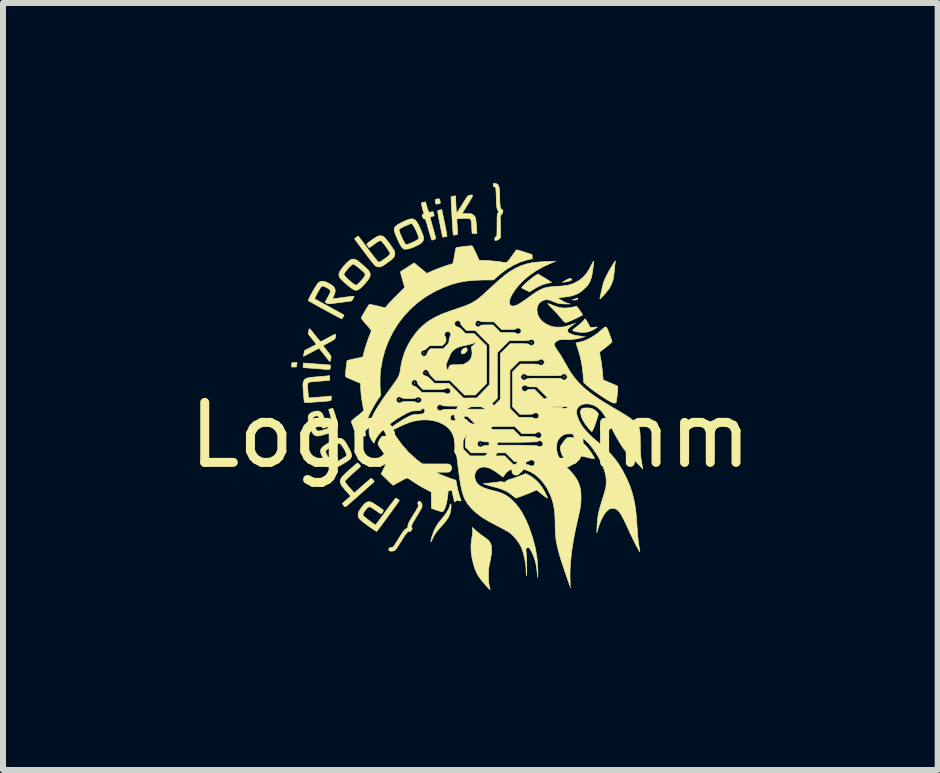
<source format=kicad_pcb>
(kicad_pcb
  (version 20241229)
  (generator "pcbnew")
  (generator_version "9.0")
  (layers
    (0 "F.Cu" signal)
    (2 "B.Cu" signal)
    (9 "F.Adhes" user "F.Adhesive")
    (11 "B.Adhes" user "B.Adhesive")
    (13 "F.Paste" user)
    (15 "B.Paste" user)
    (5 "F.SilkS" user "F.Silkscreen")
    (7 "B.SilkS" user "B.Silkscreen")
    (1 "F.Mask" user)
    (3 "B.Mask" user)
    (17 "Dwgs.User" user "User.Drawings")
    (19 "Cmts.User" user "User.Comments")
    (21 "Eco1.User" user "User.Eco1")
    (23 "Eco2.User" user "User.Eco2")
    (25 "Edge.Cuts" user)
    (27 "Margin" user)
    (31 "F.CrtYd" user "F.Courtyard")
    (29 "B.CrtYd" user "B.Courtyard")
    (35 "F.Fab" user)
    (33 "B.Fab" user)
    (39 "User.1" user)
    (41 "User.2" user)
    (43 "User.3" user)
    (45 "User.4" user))
  (footprint "Logo_8,5mm"
    (layer "F.Cu")
    (at 4.792 4.204)
    (property "Reference" "Logo_8,5mm" (at 0 0 0) (layer "F.SilkS") (effects (font (size 1 1) (thickness 0.15))))
    (attr exclude_from_pos_files exclude_from_bom)
    (fp_poly (pts (xy -1.177 -0.588) (xy -1.181 -0.584) (xy -1.185 -0.588) (xy -1.181 -0.593) (xy -1.177 -0.588)) (stroke (width 0.01) (type solid)) (fill yes) (layer "F.SilkS"))
    (fp_poly (pts (xy -0.923 -0.868) (xy -0.927 -0.864) (xy -0.931 -0.868) (xy -0.927 -0.872) (xy -0.923 -0.868)) (stroke (width 0.01) (type solid)) (fill yes) (layer "F.SilkS"))
    (fp_poly (pts (xy -0.864 -0.588) (xy -0.868 -0.584) (xy -0.872 -0.588) (xy -0.868 -0.593) (xy -0.864 -0.588)) (stroke (width 0.01) (type solid)) (fill yes) (layer "F.SilkS"))
    (fp_poly (pts (xy -0.77 -1.367) (xy -0.775 -1.363) (xy -0.779 -1.367) (xy -0.775 -1.372) (xy -0.77 -1.367)) (stroke (width 0.01) (type solid)) (fill yes) (layer "F.SilkS"))
    (fp_poly (pts (xy -0.737 -1.037) (xy -0.741 -1.033) (xy -0.745 -1.037) (xy -0.741 -1.041) (xy -0.737 -1.037)) (stroke (width 0.01) (type solid)) (fill yes) (layer "F.SilkS"))
    (fp_poly (pts (xy -0.11 0.004) (xy -0.114 0.008) (xy -0.119 0.004) (xy -0.114 0) (xy -0.11 0.004)) (stroke (width 0.01) (type solid)) (fill yes) (layer "F.SilkS"))
    (fp_poly (pts (xy 0.135 -1.858) (xy 0.131 -1.854) (xy 0.127 -1.858) (xy 0.131 -1.863) (xy 0.135 -1.858)) (stroke (width 0.01) (type solid)) (fill yes) (layer "F.SilkS"))
    (fp_poly (pts (xy 0.169 0.148) (xy 0.165 0.152) (xy 0.161 0.148) (xy 0.165 0.144) (xy 0.169 0.148)) (stroke (width 0.01) (type solid)) (fill yes) (layer "F.SilkS"))
    (fp_poly (pts (xy 0.897 -0.969) (xy 0.893 -0.965) (xy 0.889 -0.969) (xy 0.893 -0.974) (xy 0.897 -0.969)) (stroke (width 0.01) (type solid)) (fill yes) (layer "F.SilkS"))
    (fp_poly (pts (xy 1.024 -1.545) (xy 1.02 -1.541) (xy 1.016 -1.545) (xy 1.02 -1.549) (xy 1.024 -1.545)) (stroke (width 0.01) (type solid)) (fill yes) (layer "F.SilkS"))
    (fp_poly (pts (xy 1.185 -1.215) (xy 1.181 -1.211) (xy 1.177 -1.215) (xy 1.181 -1.219) (xy 1.185 -1.215)) (stroke (width 0.01) (type solid)) (fill yes) (layer "F.SilkS"))
    (fp_poly (pts (xy 1.422 -2.9) (xy 1.418 -2.896) (xy 1.414 -2.9) (xy 1.418 -2.904) (xy 1.422 -2.9)) (stroke (width 0.01) (type solid)) (fill yes) (layer "F.SilkS"))
    (fp_poly (pts (xy 1.566 -0.969) (xy 1.562 -0.965) (xy 1.558 -0.969) (xy 1.562 -0.974) (xy 1.566 -0.969)) (stroke (width 0.01) (type solid)) (fill yes) (layer "F.SilkS"))
    (fp_poly (pts (xy 1.753 -1.867) (xy 1.748 -1.863) (xy 1.744 -1.867) (xy 1.748 -1.871) (xy 1.753 -1.867)) (stroke (width 0.01) (type solid)) (fill yes) (layer "F.SilkS"))
    (fp_poly (pts (xy 1.913 -1.647) (xy 1.909 -1.643) (xy 1.905 -1.647) (xy 1.909 -1.651) (xy 1.913 -1.647)) (stroke (width 0.01) (type solid)) (fill yes) (layer "F.SilkS"))
    (fp_poly (pts (xy 1.674 2.534) (xy 1.675 2.544) (xy 1.674 2.546) (xy 1.669 2.544) (xy 1.668 2.54) (xy 1.671 2.533) (xy 1.674 2.534)) (stroke (width 0.01) (type solid)) (fill yes) (layer "F.SilkS"))
    (fp_poly (pts (xy 1.792 -2.28) (xy 1.786 -2.269) (xy 1.777 -2.258) (xy 1.759 -2.253) (xy 1.737 -2.252) (xy 1.698 -2.253) (xy 1.744 -2.269) (xy 1.77 -2.278) (xy 1.787 -2.284) (xy 1.793 -2.286) (xy 1.792 -2.28)) (stroke (width 0.01) (type solid)) (fill yes) (layer "F.SilkS"))
    (fp_poly (pts (xy -2.892 -1.208) (xy -2.889 -1.202) (xy -2.89 -1.198) (xy -2.894 -1.179) (xy -2.896 -1.159) (xy -2.897 -1.145) (xy -2.902 -1.137) (xy -2.917 -1.135) (xy -2.938 -1.135) (xy -2.981 -1.135) (xy -2.979 -1.171) (xy -2.976 -1.206) (xy -2.93 -1.209) (xy -2.904 -1.21) (xy -2.892 -1.208)) (stroke (width 0.01) (type solid)) (fill yes) (layer "F.SilkS"))
    (fp_poly (pts (xy -0.06 -1.449) (xy -0.053 -1.433) (xy -0.052 -1.429) (xy -0.056 -1.406) (xy -0.071 -1.385) (xy -0.091 -1.367) (xy -0.114 -1.356) (xy -0.135 -1.354) (xy -0.147 -1.36) (xy -0.154 -1.378) (xy -0.149 -1.4) (xy -0.135 -1.422) (xy -0.116 -1.441) (xy -0.094 -1.453) (xy -0.078 -1.455) (xy -0.06 -1.449)) (stroke (width 0.01) (type solid)) (fill yes) (layer "F.SilkS"))
    (fp_poly (pts (xy -0.514 -3.934) (xy -0.509 -3.918) (xy -0.506 -3.904) (xy -0.502 -3.881) (xy -0.502 -3.866) (xy -0.502 -3.864) (xy -0.513 -3.86) (xy -0.533 -3.856) (xy -0.54 -3.855) (xy -0.574 -3.85) (xy -0.582 -3.887) (xy -0.586 -3.913) (xy -0.581 -3.928) (xy -0.565 -3.935) (xy -0.542 -3.938) (xy -0.524 -3.939) (xy -0.514 -3.934)) (stroke (width 0.01) (type solid)) (fill yes) (layer "F.SilkS"))
    (fp_poly (pts (xy 1.678 -2.609) (xy 1.68 -2.608) (xy 1.691 -2.596) (xy 1.693 -2.59) (xy 1.686 -2.584) (xy 1.666 -2.575) (xy 1.638 -2.566) (xy 1.607 -2.558) (xy 1.576 -2.552) (xy 1.575 -2.552) (xy 1.537 -2.547) (xy 1.56 -2.563) (xy 1.582 -2.577) (xy 1.611 -2.592) (xy 1.626 -2.599) (xy 1.651 -2.61) (xy 1.667 -2.613) (xy 1.678 -2.609)) (stroke (width 0.01) (type solid)) (fill yes) (layer "F.SilkS"))
    (fp_poly (pts (xy -0.451 -3.634) (xy -0.433 -3.548) (xy -0.418 -3.477) (xy -0.407 -3.42) (xy -0.399 -3.377) (xy -0.394 -3.345) (xy -0.391 -3.325) (xy -0.391 -3.315) (xy -0.392 -3.314) (xy -0.403 -3.31) (xy -0.423 -3.306) (xy -0.43 -3.305) (xy -0.463 -3.3) (xy -0.507 -3.518) (xy -0.519 -3.576) (xy -0.529 -3.629) (xy -0.537 -3.675) (xy -0.543 -3.71) (xy -0.545 -3.733) (xy -0.545 -3.742) (xy -0.532 -3.748) (xy -0.511 -3.753) (xy -0.507 -3.754) (xy -0.477 -3.759) (xy -0.451 -3.634)) (stroke (width 0.01) (type solid)) (fill yes) (layer "F.SilkS"))
    (fp_poly (pts (xy 1.174 -2.658) (xy 1.205 -2.64) (xy 1.243 -2.617) (xy 1.281 -2.593) (xy 1.289 -2.588) (xy 1.354 -2.545) (xy 1.284 -2.531) (xy 1.2 -2.507) (xy 1.117 -2.469) (xy 1.045 -2.425) (xy 1.018 -2.408) (xy 0.998 -2.395) (xy 0.988 -2.388) (xy 0.987 -2.388) (xy 0.98 -2.392) (xy 0.961 -2.401) (xy 0.934 -2.414) (xy 0.923 -2.42) (xy 0.894 -2.434) (xy 0.871 -2.445) (xy 0.858 -2.452) (xy 0.857 -2.452) (xy 0.857 -2.46) (xy 0.868 -2.477) (xy 0.889 -2.5) (xy 0.918 -2.527) (xy 0.952 -2.558) (xy 0.99 -2.589) (xy 1.03 -2.62) (xy 1.067 -2.647) (xy 1.125 -2.686) (xy 1.174 -2.658)) (stroke (width 0.01) (type solid)) (fill yes) (layer "F.SilkS"))
    (fp_poly (pts (xy 1.918 -1.932) (xy 1.935 -1.908) (xy 1.958 -1.87) (xy 1.96 -1.866) (xy 2.001 -1.793) (xy 2.059 -1.798) (xy 2.118 -1.803) (xy 2.097 -1.786) (xy 2.078 -1.774) (xy 2.05 -1.758) (xy 2.019 -1.743) (xy 2.018 -1.742) (xy 1.984 -1.728) (xy 1.954 -1.719) (xy 1.92 -1.715) (xy 1.888 -1.713) (xy 1.838 -1.714) (xy 1.791 -1.718) (xy 1.767 -1.723) (xy 1.731 -1.733) (xy 1.711 -1.741) (xy 1.705 -1.75) (xy 1.714 -1.762) (xy 1.737 -1.781) (xy 1.759 -1.797) (xy 1.791 -1.821) (xy 1.824 -1.849) (xy 1.855 -1.876) (xy 1.88 -1.9) (xy 1.898 -1.92) (xy 1.905 -1.932) (xy 1.905 -1.932) (xy 1.908 -1.94) (xy 1.918 -1.932)) (stroke (width 0.01) (type solid)) (fill yes) (layer "F.SilkS"))
    (fp_poly (pts (xy -2.728 -1.198) (xy -2.701 -1.196) (xy -2.662 -1.193) (xy -2.613 -1.189) (xy -2.558 -1.185) (xy -2.503 -1.181) (xy -2.452 -1.178) (xy -2.407 -1.174) (xy -2.37 -1.171) (xy -2.345 -1.169) (xy -2.334 -1.167) (xy -2.333 -1.167) (xy -2.333 -1.158) (xy -2.334 -1.137) (xy -2.335 -1.128) (xy -2.338 -1.106) (xy -2.344 -1.095) (xy -2.357 -1.093) (xy -2.361 -1.093) (xy -2.376 -1.094) (xy -2.404 -1.096) (xy -2.445 -1.099) (xy -2.494 -1.103) (xy -2.549 -1.107) (xy -2.582 -1.11) (xy -2.639 -1.114) (xy -2.689 -1.118) (xy -2.731 -1.121) (xy -2.763 -1.123) (xy -2.782 -1.125) (xy -2.786 -1.125) (xy -2.788 -1.133) (xy -2.788 -1.153) (xy -2.787 -1.164) (xy -2.784 -1.202) (xy -2.728 -1.198)) (stroke (width 0.01) (type solid)) (fill yes) (layer "F.SilkS"))
    (fp_poly (pts (xy 1.942 -0.453) (xy 1.983 -0.451) (xy 2.012 -0.447) (xy 2.036 -0.439) (xy 2.045 -0.434) (xy 2.077 -0.414) (xy 2.104 -0.392) (xy 2.124 -0.37) (xy 2.133 -0.352) (xy 2.133 -0.35) (xy 2.131 -0.335) (xy 2.123 -0.308) (xy 2.112 -0.273) (xy 2.099 -0.232) (xy 2.084 -0.191) (xy 2.07 -0.151) (xy 2.057 -0.118) (xy 2.049 -0.099) (xy 2.038 -0.077) (xy 2.028 -0.062) (xy 2.024 -0.059) (xy 2.015 -0.065) (xy 1.999 -0.081) (xy 1.979 -0.105) (xy 1.972 -0.112) (xy 1.915 -0.187) (xy 1.873 -0.255) (xy 1.848 -0.317) (xy 1.837 -0.373) (xy 1.837 -0.38) (xy 1.84 -0.411) (xy 1.849 -0.432) (xy 1.867 -0.445) (xy 1.897 -0.451) (xy 1.942 -0.453) (xy 1.942 -0.453)) (stroke (width 0.01) (type solid)) (fill yes) (layer "F.SilkS"))
    (fp_poly (pts (xy 2.417 -2.896) (xy 2.415 -2.877) (xy 2.412 -2.855) (xy 2.408 -2.826) (xy 2.404 -2.787) (xy 2.4 -2.742) (xy 2.397 -2.708) (xy 2.388 -2.633) (xy 2.373 -2.569) (xy 2.352 -2.512) (xy 2.323 -2.458) (xy 2.316 -2.447) (xy 2.3 -2.425) (xy 2.279 -2.398) (xy 2.254 -2.368) (xy 2.229 -2.338) (xy 2.204 -2.311) (xy 2.183 -2.289) (xy 2.168 -2.275) (xy 2.16 -2.27) (xy 2.159 -2.271) (xy 2.161 -2.284) (xy 2.166 -2.31) (xy 2.173 -2.345) (xy 2.182 -2.386) (xy 2.192 -2.429) (xy 2.201 -2.471) (xy 2.211 -2.508) (xy 2.218 -2.538) (xy 2.223 -2.553) (xy 2.236 -2.586) (xy 2.256 -2.629) (xy 2.281 -2.679) (xy 2.309 -2.732) (xy 2.339 -2.784) (xy 2.368 -2.831) (xy 2.371 -2.837) (xy 2.39 -2.866) (xy 2.405 -2.889) (xy 2.415 -2.902) (xy 2.417 -2.904) (xy 2.417 -2.896)) (stroke (width 0.01) (type solid)) (fill yes) (layer "F.SilkS"))
    (fp_poly (pts (xy -0.325 1.151) (xy -0.322 1.168) (xy -0.322 1.194) (xy -0.324 1.225) (xy -0.328 1.258) (xy -0.334 1.289) (xy -0.335 1.292) (xy -0.349 1.333) (xy -0.369 1.375) (xy -0.397 1.418) (xy -0.435 1.465) (xy -0.484 1.521) (xy -0.484 1.521) (xy -0.528 1.568) (xy -0.561 1.609) (xy -0.588 1.647) (xy -0.611 1.686) (xy -0.633 1.731) (xy -0.637 1.74) (xy -0.648 1.763) (xy -0.657 1.777) (xy -0.66 1.777) (xy -0.66 1.777) (xy -0.657 1.757) (xy -0.65 1.726) (xy -0.638 1.687) (xy -0.625 1.646) (xy -0.61 1.607) (xy -0.596 1.574) (xy -0.591 1.564) (xy -0.565 1.515) (xy -0.536 1.471) (xy -0.502 1.426) (xy -0.46 1.377) (xy -0.434 1.345) (xy -0.407 1.307) (xy -0.382 1.267) (xy -0.361 1.229) (xy -0.346 1.196) (xy -0.339 1.172) (xy -0.339 1.168) (xy -0.335 1.152) (xy -0.33 1.147) (xy -0.325 1.151)) (stroke (width 0.01) (type solid)) (fill yes) (layer "F.SilkS"))
    (fp_poly (pts (xy 1.305 -2.19) (xy 1.329 -2.182) (xy 1.36 -2.17) (xy 1.374 -2.164) (xy 1.413 -2.149) (xy 1.454 -2.136) (xy 1.489 -2.126) (xy 1.494 -2.125) (xy 1.543 -2.119) (xy 1.6 -2.119) (xy 1.66 -2.125) (xy 1.716 -2.135) (xy 1.725 -2.137) (xy 1.77 -2.149) (xy 1.798 -2.114) (xy 1.819 -2.086) (xy 1.839 -2.058) (xy 1.856 -2.033) (xy 1.867 -2.014) (xy 1.871 -2.004) (xy 1.87 -2.004) (xy 1.856 -1.995) (xy 1.831 -1.981) (xy 1.798 -1.964) (xy 1.762 -1.947) (xy 1.726 -1.93) (xy 1.695 -1.916) (xy 1.68 -1.909) (xy 1.639 -1.893) (xy 1.61 -1.882) (xy 1.589 -1.879) (xy 1.572 -1.884) (xy 1.556 -1.898) (xy 1.536 -1.922) (xy 1.517 -1.946) (xy 1.487 -1.981) (xy 1.45 -2.022) (xy 1.41 -2.065) (xy 1.372 -2.104) (xy 1.369 -2.106) (xy 1.339 -2.136) (xy 1.315 -2.162) (xy 1.299 -2.181) (xy 1.292 -2.192) (xy 1.292 -2.193) (xy 1.305 -2.19)) (stroke (width 0.01) (type solid)) (fill yes) (layer "F.SilkS"))
    (fp_poly (pts (xy 0.091 1.591) (xy 0.125 1.621) (xy 0.167 1.654) (xy 0.208 1.684) (xy 0.219 1.691) (xy 0.252 1.715) (xy 0.282 1.739) (xy 0.305 1.759) (xy 0.313 1.767) (xy 0.335 1.802) (xy 0.349 1.843) (xy 0.355 1.892) (xy 0.354 1.951) (xy 0.344 2.023) (xy 0.329 2.102) (xy 0.317 2.156) (xy 0.309 2.201) (xy 0.305 2.243) (xy 0.302 2.288) (xy 0.302 2.341) (xy 0.303 2.405) (xy 0.306 2.457) (xy 0.312 2.498) (xy 0.316 2.518) (xy 0.323 2.547) (xy 0.327 2.569) (xy 0.328 2.579) (xy 0.328 2.579) (xy 0.322 2.574) (xy 0.307 2.558) (xy 0.284 2.533) (xy 0.256 2.502) (xy 0.234 2.478) (xy 0.182 2.415) (xy 0.14 2.358) (xy 0.107 2.302) (xy 0.081 2.243) (xy 0.059 2.177) (xy 0.055 2.163) (xy 0.028 2.051) (xy 0.013 1.947) (xy 0.01 1.847) (xy 0.019 1.749) (xy 0.026 1.71) (xy 0.036 1.649) (xy 0.039 1.602) (xy 0.038 1.58) (xy 0.033 1.539) (xy 0.091 1.591)) (stroke (width 0.01) (type solid)) (fill yes) (layer "F.SilkS"))
    (fp_poly (pts (xy 1.699 0.039) (xy 1.758 0.055) (xy 1.818 0.086) (xy 1.878 0.132) (xy 1.919 0.171) (xy 1.945 0.201) (xy 1.973 0.236) (xy 2 0.272) (xy 2.025 0.308) (xy 2.045 0.341) (xy 2.061 0.367) (xy 2.068 0.385) (xy 2.068 0.391) (xy 2.057 0.392) (xy 2.032 0.389) (xy 1.995 0.382) (xy 1.948 0.372) (xy 1.928 0.367) (xy 1.883 0.357) (xy 1.844 0.348) (xy 1.814 0.342) (xy 1.797 0.339) (xy 1.793 0.339) (xy 1.778 0.359) (xy 1.757 0.384) (xy 1.733 0.412) (xy 1.708 0.439) (xy 1.686 0.464) (xy 1.668 0.481) (xy 1.658 0.49) (xy 1.656 0.49) (xy 1.647 0.484) (xy 1.629 0.468) (xy 1.608 0.445) (xy 1.601 0.438) (xy 1.559 0.382) (xy 1.527 0.324) (xy 1.507 0.267) (xy 1.501 0.235) (xy 1.5 0.215) (xy 1.5 0.199) (xy 1.506 0.184) (xy 1.516 0.165) (xy 1.535 0.139) (xy 1.551 0.117) (xy 1.575 0.085) (xy 1.593 0.063) (xy 1.607 0.05) (xy 1.62 0.043) (xy 1.636 0.04) (xy 1.643 0.039) (xy 1.699 0.039)) (stroke (width 0.01) (type solid)) (fill yes) (layer "F.SilkS"))
    (fp_poly (pts (xy -0.723 -3.8) (xy -0.712 -3.765) (xy -0.701 -3.737) (xy -0.693 -3.719) (xy -0.689 -3.714) (xy -0.676 -3.716) (xy -0.655 -3.72) (xy -0.65 -3.721) (xy -0.63 -3.724) (xy -0.62 -3.719) (xy -0.613 -3.704) (xy -0.611 -3.695) (xy -0.605 -3.67) (xy -0.608 -3.656) (xy -0.622 -3.648) (xy -0.637 -3.645) (xy -0.658 -3.64) (xy -0.67 -3.636) (xy -0.67 -3.636) (xy -0.669 -3.627) (xy -0.664 -3.604) (xy -0.656 -3.571) (xy -0.645 -3.528) (xy -0.631 -3.478) (xy -0.626 -3.461) (xy -0.611 -3.409) (xy -0.598 -3.363) (xy -0.587 -3.324) (xy -0.58 -3.296) (xy -0.576 -3.281) (xy -0.576 -3.279) (xy -0.583 -3.272) (xy -0.6 -3.263) (xy -0.622 -3.255) (xy -0.641 -3.251) (xy -0.643 -3.251) (xy -0.647 -3.259) (xy -0.654 -3.281) (xy -0.664 -3.314) (xy -0.677 -3.357) (xy -0.692 -3.406) (xy -0.698 -3.429) (xy -0.715 -3.487) (xy -0.727 -3.531) (xy -0.738 -3.563) (xy -0.745 -3.585) (xy -0.752 -3.598) (xy -0.758 -3.604) (xy -0.764 -3.607) (xy -0.767 -3.607) (xy -0.782 -3.611) (xy -0.791 -3.626) (xy -0.795 -3.639) (xy -0.802 -3.664) (xy -0.803 -3.677) (xy -0.798 -3.682) (xy -0.786 -3.683) (xy -0.774 -3.687) (xy -0.773 -3.694) (xy -0.783 -3.723) (xy -0.793 -3.757) (xy -0.802 -3.793) (xy -0.809 -3.826) (xy -0.814 -3.852) (xy -0.815 -3.868) (xy -0.815 -3.871) (xy -0.802 -3.877) (xy -0.78 -3.883) (xy -0.778 -3.883) (xy -0.748 -3.888) (xy -0.723 -3.8)) (stroke (width 0.01) (type solid)) (fill yes) (layer "F.SilkS"))
    (fp_poly (pts (xy 0.979 0.67) (xy 1.032 0.702) (xy 1.086 0.746) (xy 1.138 0.797) (xy 1.181 0.85) (xy 1.199 0.878) (xy 1.22 0.912) (xy 1.24 0.948) (xy 1.258 0.984) (xy 1.273 1.015) (xy 1.283 1.038) (xy 1.285 1.05) (xy 1.285 1.051) (xy 1.278 1.048) (xy 1.261 1.037) (xy 1.235 1.018) (xy 1.204 0.994) (xy 1.195 0.986) (xy 1.162 0.96) (xy 1.135 0.938) (xy 1.115 0.922) (xy 1.105 0.915) (xy 1.104 0.914) (xy 1.096 0.918) (xy 1.076 0.926) (xy 1.048 0.939) (xy 1.036 0.945) (xy 1.011 0.955) (xy 0.978 0.969) (xy 0.939 0.984) (xy 0.897 1) (xy 0.856 1.016) (xy 0.818 1.03) (xy 0.787 1.041) (xy 0.766 1.048) (xy 0.759 1.05) (xy 0.752 1.045) (xy 0.735 1.032) (xy 0.71 1.013) (xy 0.698 1.003) (xy 0.644 0.963) (xy 0.59 0.931) (xy 0.53 0.905) (xy 0.46 0.881) (xy 0.403 0.866) (xy 0.357 0.854) (xy 0.314 0.842) (xy 0.279 0.831) (xy 0.254 0.823) (xy 0.25 0.822) (xy 0.216 0.807) (xy 0.3 0.801) (xy 0.347 0.797) (xy 0.399 0.791) (xy 0.445 0.785) (xy 0.456 0.783) (xy 0.497 0.777) (xy 0.525 0.776) (xy 0.537 0.779) (xy 0.555 0.787) (xy 0.577 0.784) (xy 0.594 0.77) (xy 0.61 0.758) (xy 0.64 0.744) (xy 0.669 0.735) (xy 0.704 0.725) (xy 0.748 0.71) (xy 0.795 0.693) (xy 0.827 0.68) (xy 0.922 0.642) (xy 0.979 0.67)) (stroke (width 0.01) (type solid)) (fill yes) (layer "F.SilkS"))
    (fp_poly (pts (xy 0.404 -4.198) (xy 0.412 -4.197) (xy 0.441 -4.189) (xy 0.46 -4.175) (xy 0.473 -4.151) (xy 0.481 -4.115) (xy 0.484 -4.087) (xy 0.486 -4.049) (xy 0.489 -4) (xy 0.49 -3.949) (xy 0.49 -3.918) (xy 0.493 -3.854) (xy 0.499 -3.807) (xy 0.509 -3.775) (xy 0.522 -3.761) (xy 0.529 -3.759) (xy 0.539 -3.753) (xy 0.543 -3.736) (xy 0.539 -3.714) (xy 0.53 -3.692) (xy 0.52 -3.679) (xy 0.498 -3.657) (xy 0.504 -3.294) (xy 0.483 -3.273) (xy 0.46 -3.256) (xy 0.434 -3.246) (xy 0.415 -3.244) (xy 0.408 -3.249) (xy 0.406 -3.267) (xy 0.406 -3.269) (xy 0.41 -3.292) (xy 0.422 -3.305) (xy 0.425 -3.306) (xy 0.432 -3.31) (xy 0.436 -3.314) (xy 0.44 -3.323) (xy 0.442 -3.337) (xy 0.443 -3.36) (xy 0.444 -3.393) (xy 0.444 -3.438) (xy 0.445 -3.497) (xy 0.445 -3.559) (xy 0.445 -3.607) (xy 0.447 -3.642) (xy 0.449 -3.667) (xy 0.451 -3.684) (xy 0.455 -3.695) (xy 0.458 -3.7) (xy 0.466 -3.714) (xy 0.466 -3.727) (xy 0.459 -3.745) (xy 0.455 -3.754) (xy 0.448 -3.767) (xy 0.444 -3.783) (xy 0.44 -3.804) (xy 0.437 -3.832) (xy 0.435 -3.871) (xy 0.433 -3.922) (xy 0.432 -3.953) (xy 0.431 -4.005) (xy 0.428 -4.051) (xy 0.426 -4.089) (xy 0.423 -4.116) (xy 0.421 -4.129) (xy 0.421 -4.13) (xy 0.407 -4.139) (xy 0.397 -4.14) (xy 0.386 -4.144) (xy 0.382 -4.157) (xy 0.381 -4.171) (xy 0.382 -4.191) (xy 0.388 -4.199) (xy 0.404 -4.198)) (stroke (width 0.01) (type solid)) (fill yes) (layer "F.SilkS"))
    (fp_poly (pts (xy -1.871 0.471) (xy -1.856 0.485) (xy -1.85 0.491) (xy -1.835 0.508) (xy -1.831 0.518) (xy -1.836 0.526) (xy -1.842 0.532) (xy -1.853 0.543) (xy -1.875 0.562) (xy -1.905 0.589) (xy -1.94 0.62) (xy -1.975 0.651) (xy -2.019 0.691) (xy -2.054 0.725) (xy -2.078 0.75) (xy -2.09 0.767) (xy -2.091 0.771) (xy -2.088 0.782) (xy -2.076 0.8) (xy -2.056 0.827) (xy -2.026 0.863) (xy -1.985 0.909) (xy -1.963 0.934) (xy -1.935 0.965) (xy -1.797 0.843) (xy -1.757 0.807) (xy -1.72 0.775) (xy -1.69 0.749) (xy -1.667 0.73) (xy -1.654 0.721) (xy -1.652 0.72) (xy -1.643 0.726) (xy -1.628 0.741) (xy -1.623 0.748) (xy -1.602 0.775) (xy -1.826 0.974) (xy -1.891 1.031) (xy -1.944 1.078) (xy -1.987 1.116) (xy -2.02 1.145) (xy -2.046 1.167) (xy -2.065 1.182) (xy -2.079 1.19) (xy -2.089 1.194) (xy -2.095 1.193) (xy -2.1 1.189) (xy -2.105 1.183) (xy -2.11 1.175) (xy -2.112 1.172) (xy -2.135 1.142) (xy -2.09 1.101) (xy -2.063 1.077) (xy -2.037 1.055) (xy -2.02 1.04) (xy -1.995 1.018) (xy -2.069 0.935) (xy -2.113 0.883) (xy -2.145 0.841) (xy -2.164 0.805) (xy -2.171 0.773) (xy -2.167 0.744) (xy -2.151 0.714) (xy -2.125 0.682) (xy -2.106 0.664) (xy -2.077 0.636) (xy -2.044 0.605) (xy -2.009 0.573) (xy -1.973 0.542) (xy -1.941 0.514) (xy -1.913 0.49) (xy -1.892 0.474) (xy -1.881 0.466) (xy -1.88 0.466) (xy -1.871 0.471)) (stroke (width 0.01) (type solid)) (fill yes) (layer "F.SilkS"))
    (fp_poly (pts (xy -1.916 -2.928) (xy -1.885 -2.911) (xy -1.868 -2.898) (xy -1.842 -2.877) (xy -1.811 -2.85) (xy -1.777 -2.821) (xy -1.776 -2.821) (xy -1.729 -2.778) (xy -1.695 -2.741) (xy -1.675 -2.708) (xy -1.669 -2.676) (xy -1.675 -2.643) (xy -1.695 -2.605) (xy -1.728 -2.561) (xy -1.756 -2.527) (xy -1.798 -2.481) (xy -1.837 -2.446) (xy -1.872 -2.423) (xy -1.9 -2.413) (xy -1.904 -2.413) (xy -1.92 -2.417) (xy -1.943 -2.425) (xy -1.949 -2.428) (xy -1.971 -2.441) (xy -2.001 -2.463) (xy -2.035 -2.49) (xy -2.072 -2.521) (xy -2.107 -2.552) (xy -2.139 -2.582) (xy -2.163 -2.607) (xy -2.178 -2.626) (xy -2.18 -2.629) (xy -2.189 -2.655) (xy -2.192 -2.68) (xy -2.192 -2.681) (xy -2.108 -2.681) (xy -2.102 -2.665) (xy -2.084 -2.643) (xy -2.059 -2.616) (xy -2.028 -2.587) (xy -1.996 -2.558) (xy -1.964 -2.533) (xy -1.935 -2.513) (xy -1.913 -2.501) (xy -1.903 -2.499) (xy -1.89 -2.506) (xy -1.87 -2.524) (xy -1.844 -2.549) (xy -1.819 -2.577) (xy -1.786 -2.615) (xy -1.765 -2.644) (xy -1.755 -2.667) (xy -1.755 -2.685) (xy -1.764 -2.702) (xy -1.776 -2.715) (xy -1.825 -2.759) (xy -1.869 -2.796) (xy -1.906 -2.824) (xy -1.934 -2.843) (xy -1.953 -2.852) (xy -1.957 -2.852) (xy -1.971 -2.844) (xy -1.992 -2.826) (xy -2.018 -2.801) (xy -2.045 -2.771) (xy -2.07 -2.741) (xy -2.091 -2.714) (xy -2.104 -2.692) (xy -2.108 -2.681) (xy -2.192 -2.681) (xy -2.186 -2.707) (xy -2.171 -2.737) (xy -2.146 -2.773) (xy -2.11 -2.818) (xy -2.099 -2.83) (xy -2.055 -2.878) (xy -2.016 -2.911) (xy -1.981 -2.93) (xy -1.948 -2.936) (xy -1.916 -2.928)) (stroke (width 0.01) (type solid)) (fill yes) (layer "F.SilkS"))
    (fp_poly (pts (xy -0.958 -3.604) (xy -0.93 -3.593) (xy -0.904 -3.569) (xy -0.879 -3.533) (xy -0.853 -3.483) (xy -0.824 -3.418) (xy -0.814 -3.394) (xy -0.793 -3.342) (xy -0.781 -3.302) (xy -0.779 -3.27) (xy -0.785 -3.245) (xy -0.8 -3.222) (xy -0.811 -3.21) (xy -0.841 -3.187) (xy -0.883 -3.163) (xy -0.931 -3.141) (xy -0.98 -3.121) (xy -1.025 -3.107) (xy -1.06 -3.101) (xy -1.089 -3.099) (xy -1.107 -3.102) (xy -1.121 -3.111) (xy -1.137 -3.125) (xy -1.153 -3.147) (xy -1.174 -3.182) (xy -1.197 -3.227) (xy -1.214 -3.264) (xy -1.241 -3.326) (xy -1.259 -3.375) (xy -1.268 -3.414) (xy -1.268 -3.419) (xy -1.188 -3.419) (xy -1.187 -3.405) (xy -1.18 -3.384) (xy -1.168 -3.353) (xy -1.149 -3.31) (xy -1.149 -3.309) (xy -1.13 -3.269) (xy -1.113 -3.234) (xy -1.099 -3.207) (xy -1.089 -3.191) (xy -1.088 -3.19) (xy -1.078 -3.181) (xy -1.064 -3.177) (xy -1.045 -3.18) (xy -1.019 -3.189) (xy -0.981 -3.205) (xy -0.946 -3.221) (xy -0.904 -3.243) (xy -0.875 -3.261) (xy -0.86 -3.275) (xy -0.859 -3.277) (xy -0.86 -3.292) (xy -0.868 -3.318) (xy -0.881 -3.352) (xy -0.896 -3.39) (xy -0.914 -3.428) (xy -0.932 -3.463) (xy -0.948 -3.492) (xy -0.961 -3.51) (xy -0.962 -3.511) (xy -0.983 -3.53) (xy -1.023 -3.514) (xy -1.082 -3.489) (xy -1.129 -3.467) (xy -1.163 -3.448) (xy -1.182 -3.433) (xy -1.185 -3.429) (xy -1.188 -3.419) (xy -1.268 -3.419) (xy -1.268 -3.445) (xy -1.256 -3.471) (xy -1.233 -3.494) (xy -1.199 -3.517) (xy -1.152 -3.541) (xy -1.137 -3.549) (xy -1.078 -3.576) (xy -1.031 -3.595) (xy -0.991 -3.605) (xy -0.958 -3.604)) (stroke (width 0.01) (type solid)) (fill yes) (layer "F.SilkS"))
    (fp_poly (pts (xy 2.268 -1.797) (xy 2.28 -1.779) (xy 2.294 -1.748) (xy 2.312 -1.702) (xy 2.317 -1.689) (xy 2.332 -1.647) (xy 2.346 -1.609) (xy 2.356 -1.58) (xy 2.361 -1.561) (xy 2.361 -1.558) (xy 2.359 -1.552) (xy 2.352 -1.543) (xy 2.337 -1.53) (xy 2.315 -1.511) (xy 2.283 -1.485) (xy 2.241 -1.452) (xy 2.187 -1.41) (xy 2.163 -1.392) (xy 2.158 -1.386) (xy 2.157 -1.375) (xy 2.158 -1.357) (xy 2.162 -1.328) (xy 2.17 -1.286) (xy 2.172 -1.277) (xy 2.181 -1.226) (xy 2.189 -1.166) (xy 2.197 -1.104) (xy 2.203 -1.047) (xy 2.203 -1.045) (xy 2.214 -0.92) (xy 2.333 -0.87) (xy 2.374 -0.853) (xy 2.41 -0.837) (xy 2.438 -0.824) (xy 2.454 -0.816) (xy 2.457 -0.815) (xy 2.458 -0.804) (xy 2.458 -0.78) (xy 2.456 -0.746) (xy 2.452 -0.707) (xy 2.448 -0.665) (xy 2.443 -0.624) (xy 2.438 -0.587) (xy 2.433 -0.559) (xy 2.429 -0.542) (xy 2.427 -0.54) (xy 2.412 -0.534) (xy 2.393 -0.534) (xy 2.368 -0.542) (xy 2.335 -0.557) (xy 2.293 -0.581) (xy 2.248 -0.609) (xy 2.174 -0.657) (xy 2.103 -0.706) (xy 2.038 -0.753) (xy 1.981 -0.797) (xy 1.935 -0.835) (xy 1.929 -0.841) (xy 1.89 -0.877) (xy 1.88 -1.007) (xy 1.864 -1.148) (xy 1.838 -1.281) (xy 1.802 -1.411) (xy 1.795 -1.432) (xy 1.782 -1.47) (xy 1.772 -1.503) (xy 1.764 -1.526) (xy 1.761 -1.536) (xy 1.761 -1.537) (xy 1.769 -1.539) (xy 1.788 -1.543) (xy 1.799 -1.545) (xy 1.874 -1.563) (xy 1.954 -1.595) (xy 2.036 -1.64) (xy 2.117 -1.695) (xy 2.193 -1.759) (xy 2.22 -1.783) (xy 2.239 -1.798) (xy 2.255 -1.803) (xy 2.268 -1.797)) (stroke (width 0.01) (type solid)) (fill yes) (layer "F.SilkS"))
    (fp_poly (pts (xy -2.345 -0.915) (xy -2.381 -0.911) (xy -2.403 -0.909) (xy -2.437 -0.905) (xy -2.48 -0.902) (xy -2.527 -0.898) (xy -2.54 -0.897) (xy -2.585 -0.894) (xy -2.626 -0.89) (xy -2.658 -0.887) (xy -2.678 -0.884) (xy -2.682 -0.883) (xy -2.696 -0.878) (xy -2.706 -0.868) (xy -2.711 -0.852) (xy -2.713 -0.826) (xy -2.712 -0.789) (xy -2.709 -0.738) (xy -2.708 -0.735) (xy -2.705 -0.694) (xy -2.702 -0.659) (xy -2.699 -0.634) (xy -2.698 -0.622) (xy -2.698 -0.621) (xy -2.689 -0.621) (xy -2.667 -0.622) (xy -2.634 -0.625) (xy -2.594 -0.628) (xy -2.548 -0.631) (xy -2.501 -0.635) (xy -2.456 -0.638) (xy -2.415 -0.642) (xy -2.382 -0.645) (xy -2.359 -0.647) (xy -2.356 -0.647) (xy -2.32 -0.652) (xy -2.32 -0.614) (xy -2.32 -0.601) (xy -2.32 -0.591) (xy -2.323 -0.583) (xy -2.331 -0.577) (xy -2.345 -0.572) (xy -2.368 -0.569) (xy -2.401 -0.565) (xy -2.446 -0.562) (xy -2.505 -0.557) (xy -2.54 -0.555) (xy -2.608 -0.55) (xy -2.661 -0.546) (xy -2.701 -0.544) (xy -2.729 -0.543) (xy -2.749 -0.544) (xy -2.761 -0.546) (xy -2.767 -0.551) (xy -2.77 -0.559) (xy -2.771 -0.569) (xy -2.772 -0.578) (xy -2.774 -0.599) (xy -2.778 -0.634) (xy -2.781 -0.676) (xy -2.785 -0.723) (xy -2.786 -0.737) (xy -2.789 -0.787) (xy -2.791 -0.823) (xy -2.791 -0.85) (xy -2.789 -0.869) (xy -2.785 -0.885) (xy -2.782 -0.894) (xy -2.772 -0.915) (xy -2.759 -0.931) (xy -2.741 -0.943) (xy -2.715 -0.952) (xy -2.68 -0.96) (xy -2.632 -0.965) (xy -2.579 -0.97) (xy -2.528 -0.974) (xy -2.48 -0.979) (xy -2.437 -0.982) (xy -2.405 -0.985) (xy -2.394 -0.986) (xy -2.345 -0.991) (xy -2.345 -0.915)) (stroke (width 0.01) (type solid)) (fill yes) (layer "F.SilkS"))
    (fp_poly (pts (xy -0.835 1.108) (xy -0.819 1.127) (xy -0.808 1.153) (xy -0.804 1.177) (xy -0.806 1.191) (xy -0.812 1.209) (xy -0.823 1.233) (xy -0.841 1.265) (xy -0.866 1.307) (xy -0.893 1.351) (xy -0.927 1.407) (xy -0.953 1.451) (xy -0.969 1.484) (xy -0.979 1.509) (xy -0.982 1.527) (xy -0.978 1.54) (xy -0.973 1.546) (xy -0.97 1.559) (xy -0.979 1.581) (xy -0.98 1.582) (xy -0.993 1.601) (xy -1.007 1.606) (xy -1.013 1.605) (xy -1.026 1.604) (xy -1.038 1.609) (xy -1.053 1.622) (xy -1.071 1.643) (xy -1.094 1.674) (xy -1.122 1.718) (xy -1.155 1.771) (xy -1.182 1.814) (xy -1.207 1.853) (xy -1.228 1.885) (xy -1.244 1.907) (xy -1.252 1.917) (xy -1.277 1.93) (xy -1.308 1.936) (xy -1.338 1.933) (xy -1.344 1.931) (xy -1.359 1.918) (xy -1.361 1.901) (xy -1.353 1.886) (xy -1.337 1.876) (xy -1.319 1.875) (xy -1.309 1.877) (xy -1.3 1.875) (xy -1.29 1.868) (xy -1.278 1.854) (xy -1.262 1.831) (xy -1.24 1.797) (xy -1.215 1.757) (xy -1.18 1.701) (xy -1.153 1.657) (xy -1.131 1.625) (xy -1.114 1.601) (xy -1.1 1.584) (xy -1.088 1.573) (xy -1.076 1.565) (xy -1.071 1.562) (xy -1.051 1.548) (xy -1.043 1.533) (xy -1.041 1.518) (xy -1.04 1.503) (xy -1.036 1.487) (xy -1.029 1.467) (xy -1.016 1.442) (xy -0.997 1.408) (xy -0.972 1.365) (xy -0.938 1.31) (xy -0.935 1.306) (xy -0.906 1.259) (xy -0.886 1.223) (xy -0.873 1.198) (xy -0.866 1.18) (xy -0.866 1.167) (xy -0.87 1.157) (xy -0.874 1.153) (xy -0.878 1.139) (xy -0.873 1.12) (xy -0.862 1.105) (xy -0.852 1.101) (xy -0.835 1.108)) (stroke (width 0.01) (type solid)) (fill yes) (layer "F.SilkS"))
    (fp_poly (pts (xy -2.148 0.058) (xy -2.116 0.078) (xy -2.085 0.114) (xy -2.068 0.141) (xy -2.033 0.203) (xy -2.007 0.253) (xy -1.99 0.293) (xy -1.982 0.326) (xy -1.982 0.353) (xy -1.989 0.376) (xy -2.003 0.397) (xy -2.006 0.4) (xy -2.022 0.414) (xy -2.051 0.434) (xy -2.087 0.457) (xy -2.127 0.482) (xy -2.169 0.505) (xy -2.209 0.526) (xy -2.238 0.54) (xy -2.278 0.55) (xy -2.318 0.548) (xy -2.353 0.535) (xy -2.361 0.529) (xy -2.378 0.51) (xy -2.399 0.48) (xy -2.422 0.443) (xy -2.445 0.401) (xy -2.466 0.36) (xy -2.483 0.323) (xy -2.494 0.295) (xy -2.496 0.286) (xy -2.496 0.277) (xy -2.413 0.277) (xy -2.409 0.292) (xy -2.398 0.317) (xy -2.383 0.349) (xy -2.365 0.383) (xy -2.347 0.416) (xy -2.33 0.443) (xy -2.316 0.462) (xy -2.309 0.469) (xy -2.298 0.472) (xy -2.285 0.471) (xy -2.269 0.466) (xy -2.246 0.456) (xy -2.213 0.439) (xy -2.174 0.417) (xy -2.136 0.395) (xy -2.104 0.375) (xy -2.079 0.358) (xy -2.066 0.346) (xy -2.064 0.344) (xy -2.064 0.328) (xy -2.071 0.301) (xy -2.085 0.269) (xy -2.104 0.234) (xy -2.125 0.199) (xy -2.146 0.169) (xy -2.166 0.148) (xy -2.181 0.137) (xy -2.183 0.137) (xy -2.198 0.14) (xy -2.225 0.15) (xy -2.26 0.166) (xy -2.284 0.178) (xy -2.332 0.204) (xy -2.366 0.224) (xy -2.389 0.239) (xy -2.403 0.252) (xy -2.411 0.263) (xy -2.413 0.274) (xy -2.413 0.277) (xy -2.496 0.277) (xy -2.497 0.26) (xy -2.492 0.237) (xy -2.48 0.216) (xy -2.458 0.193) (xy -2.427 0.17) (xy -2.383 0.143) (xy -2.326 0.111) (xy -2.3 0.098) (xy -2.254 0.075) (xy -2.217 0.06) (xy -2.19 0.052) (xy -2.182 0.051) (xy -2.148 0.058)) (stroke (width 0.01) (type solid)) (fill yes) (layer "F.SilkS"))
    (fp_poly (pts (xy -1.229 1.055) (xy -1.211 1.068) (xy -1.207 1.071) (xy -1.183 1.091) (xy -1.368 1.347) (xy -1.411 1.405) (xy -1.45 1.458) (xy -1.485 1.506) (xy -1.515 1.546) (xy -1.539 1.577) (xy -1.555 1.597) (xy -1.562 1.606) (xy -1.562 1.606) (xy -1.572 1.602) (xy -1.592 1.589) (xy -1.621 1.57) (xy -1.657 1.545) (xy -1.693 1.52) (xy -1.748 1.48) (xy -1.791 1.447) (xy -1.822 1.421) (xy -1.844 1.4) (xy -1.859 1.381) (xy -1.867 1.363) (xy -1.871 1.345) (xy -1.871 1.331) (xy -1.869 1.306) (xy -1.863 1.283) (xy -1.849 1.257) (xy -1.835 1.236) (xy -1.799 1.185) (xy -1.768 1.149) (xy -1.739 1.125) (xy -1.711 1.113) (xy -1.681 1.111) (xy -1.664 1.113) (xy -1.649 1.119) (xy -1.623 1.133) (xy -1.591 1.153) (xy -1.556 1.176) (xy -1.521 1.199) (xy -1.49 1.221) (xy -1.466 1.24) (xy -1.453 1.252) (xy -1.452 1.254) (xy -1.453 1.265) (xy -1.462 1.282) (xy -1.475 1.3) (xy -1.487 1.311) (xy -1.491 1.312) (xy -1.5 1.308) (xy -1.52 1.295) (xy -1.548 1.276) (xy -1.581 1.253) (xy -1.615 1.23) (xy -1.645 1.211) (xy -1.669 1.198) (xy -1.682 1.194) (xy -1.7 1.201) (xy -1.722 1.219) (xy -1.746 1.244) (xy -1.767 1.273) (xy -1.783 1.302) (xy -1.791 1.326) (xy -1.791 1.337) (xy -1.783 1.346) (xy -1.764 1.363) (xy -1.738 1.385) (xy -1.707 1.41) (xy -1.673 1.435) (xy -1.641 1.459) (xy -1.613 1.479) (xy -1.592 1.493) (xy -1.581 1.499) (xy -1.58 1.499) (xy -1.575 1.492) (xy -1.56 1.473) (xy -1.538 1.444) (xy -1.51 1.406) (xy -1.476 1.36) (xy -1.439 1.309) (xy -1.414 1.274) (xy -1.374 1.22) (xy -1.338 1.171) (xy -1.305 1.128) (xy -1.278 1.093) (xy -1.258 1.067) (xy -1.245 1.053) (xy -1.242 1.05) (xy -1.229 1.055)) (stroke (width 0.01) (type solid)) (fill yes) (layer "F.SilkS"))
    (fp_poly (pts (xy -2.676 -1.769) (xy -2.661 -1.753) (xy -2.639 -1.727) (xy -2.612 -1.695) (xy -2.591 -1.668) (xy -2.562 -1.631) (xy -2.536 -1.6) (xy -2.515 -1.576) (xy -2.502 -1.561) (xy -2.498 -1.558) (xy -2.488 -1.562) (xy -2.466 -1.572) (xy -2.435 -1.588) (xy -2.398 -1.608) (xy -2.382 -1.617) (xy -2.333 -1.643) (xy -2.296 -1.663) (xy -2.271 -1.675) (xy -2.255 -1.681) (xy -2.247 -1.681) (xy -2.244 -1.676) (xy -2.245 -1.666) (xy -2.247 -1.654) (xy -2.252 -1.629) (xy -2.256 -1.61) (xy -2.257 -1.608) (xy -2.266 -1.599) (xy -2.287 -1.584) (xy -2.317 -1.566) (xy -2.353 -1.547) (xy -2.358 -1.544) (xy -2.394 -1.525) (xy -2.425 -1.509) (xy -2.446 -1.497) (xy -2.455 -1.49) (xy -2.455 -1.49) (xy -2.45 -1.482) (xy -2.436 -1.464) (xy -2.416 -1.438) (xy -2.391 -1.406) (xy -2.387 -1.402) (xy -2.359 -1.366) (xy -2.34 -1.341) (xy -2.329 -1.323) (xy -2.323 -1.31) (xy -2.323 -1.297) (xy -2.324 -1.287) (xy -2.331 -1.253) (xy -2.337 -1.234) (xy -2.343 -1.228) (xy -2.344 -1.228) (xy -2.351 -1.234) (xy -2.366 -1.252) (xy -2.388 -1.279) (xy -2.414 -1.312) (xy -2.434 -1.338) (xy -2.463 -1.375) (xy -2.488 -1.406) (xy -2.508 -1.43) (xy -2.52 -1.445) (xy -2.524 -1.448) (xy -2.532 -1.444) (xy -2.553 -1.433) (xy -2.584 -1.417) (xy -2.622 -1.397) (xy -2.654 -1.38) (xy -2.696 -1.358) (xy -2.732 -1.339) (xy -2.76 -1.325) (xy -2.777 -1.316) (xy -2.782 -1.315) (xy -2.782 -1.324) (xy -2.778 -1.344) (xy -2.774 -1.363) (xy -2.764 -1.41) (xy -2.671 -1.458) (xy -2.635 -1.477) (xy -2.604 -1.493) (xy -2.581 -1.504) (xy -2.57 -1.509) (xy -2.57 -1.509) (xy -2.572 -1.517) (xy -2.583 -1.534) (xy -2.602 -1.56) (xy -2.626 -1.591) (xy -2.632 -1.598) (xy -2.703 -1.684) (xy -2.697 -1.727) (xy -2.692 -1.752) (xy -2.687 -1.77) (xy -2.684 -1.774) (xy -2.676 -1.769)) (stroke (width 0.01) (type solid)) (fill yes) (layer "F.SilkS"))
    (fp_poly (pts (xy -1.462 -3.317) (xy -1.443 -3.306) (xy -1.429 -3.293) (xy -1.408 -3.269) (xy -1.382 -3.237) (xy -1.354 -3.201) (xy -1.327 -3.162) (xy -1.301 -3.126) (xy -1.281 -3.094) (xy -1.267 -3.07) (xy -1.264 -3.062) (xy -1.258 -3.021) (xy -1.268 -2.981) (xy -1.292 -2.946) (xy -1.293 -2.945) (xy -1.315 -2.926) (xy -1.346 -2.902) (xy -1.382 -2.876) (xy -1.417 -2.851) (xy -1.448 -2.83) (xy -1.47 -2.817) (xy -1.471 -2.816) (xy -1.511 -2.804) (xy -1.552 -2.806) (xy -1.577 -2.816) (xy -1.588 -2.826) (xy -1.608 -2.848) (xy -1.636 -2.881) (xy -1.669 -2.923) (xy -1.707 -2.973) (xy -1.749 -3.029) (xy -1.766 -3.051) (xy -1.931 -3.272) (xy -1.903 -3.295) (xy -1.885 -3.31) (xy -1.873 -3.318) (xy -1.871 -3.319) (xy -1.865 -3.312) (xy -1.85 -3.294) (xy -1.828 -3.265) (xy -1.799 -3.227) (xy -1.766 -3.183) (xy -1.728 -3.132) (xy -1.71 -3.108) (xy -1.671 -3.055) (xy -1.634 -3.007) (xy -1.601 -2.964) (xy -1.573 -2.93) (xy -1.552 -2.904) (xy -1.539 -2.89) (xy -1.536 -2.888) (xy -1.524 -2.885) (xy -1.509 -2.888) (xy -1.489 -2.898) (xy -1.462 -2.915) (xy -1.425 -2.942) (xy -1.41 -2.953) (xy -1.376 -2.979) (xy -1.355 -2.998) (xy -1.343 -3.013) (xy -1.338 -3.027) (xy -1.338 -3.031) (xy -1.343 -3.043) (xy -1.355 -3.064) (xy -1.374 -3.093) (xy -1.397 -3.126) (xy -1.42 -3.159) (xy -1.443 -3.189) (xy -1.463 -3.214) (xy -1.477 -3.23) (xy -1.48 -3.232) (xy -1.493 -3.24) (xy -1.506 -3.241) (xy -1.524 -3.235) (xy -1.549 -3.221) (xy -1.582 -3.198) (xy -1.604 -3.182) (xy -1.636 -3.159) (xy -1.662 -3.141) (xy -1.68 -3.129) (xy -1.688 -3.125) (xy -1.688 -3.125) (xy -1.694 -3.133) (xy -1.706 -3.15) (xy -1.709 -3.153) (xy -1.721 -3.171) (xy -1.727 -3.183) (xy -1.727 -3.184) (xy -1.721 -3.192) (xy -1.703 -3.207) (xy -1.678 -3.227) (xy -1.647 -3.249) (xy -1.616 -3.271) (xy -1.585 -3.291) (xy -1.56 -3.307) (xy -1.543 -3.316) (xy -1.502 -3.324) (xy -1.462 -3.317)) (stroke (width 0.01) (type solid)) (fill yes) (layer "F.SilkS"))
    (fp_poly (pts (xy -1.272 -0.016) (xy -1.26 -0.005) (xy -1.245 0.016) (xy -1.235 0.032) (xy -1.14 0.162) (xy -1.033 0.284) (xy -0.913 0.395) (xy -0.784 0.496) (xy -0.646 0.583) (xy -0.502 0.657) (xy -0.352 0.716) (xy -0.343 0.719) (xy -0.241 0.752) (xy -0.235 0.789) (xy -0.222 0.853) (xy -0.208 0.916) (xy -0.193 0.974) (xy -0.179 1.021) (xy -0.172 1.04) (xy -0.162 1.067) (xy -0.156 1.088) (xy -0.155 1.097) (xy -0.155 1.097) (xy -0.165 1.098) (xy -0.185 1.095) (xy -0.195 1.093) (xy -0.219 1.089) (xy -0.233 1.091) (xy -0.244 1.101) (xy -0.246 1.103) (xy -0.253 1.112) (xy -0.258 1.115) (xy -0.263 1.113) (xy -0.267 1.101) (xy -0.273 1.079) (xy -0.281 1.043) (xy -0.289 1.009) (xy -0.308 0.922) (xy -0.368 0.927) (xy -0.379 1.02) (xy -0.388 1.084) (xy -0.4 1.142) (xy -0.414 1.192) (xy -0.43 1.233) (xy -0.447 1.262) (xy -0.464 1.276) (xy -0.472 1.278) (xy -0.486 1.275) (xy -0.512 1.268) (xy -0.545 1.257) (xy -0.567 1.25) (xy -0.648 1.222) (xy -0.65 1.086) (xy -0.652 0.949) (xy -0.75 0.898) (xy -0.798 0.872) (xy -0.851 0.841) (xy -0.901 0.81) (xy -0.932 0.79) (xy -0.967 0.766) (xy -0.999 0.745) (xy -1.023 0.729) (xy -1.036 0.72) (xy -1.044 0.717) (xy -1.054 0.716) (xy -1.067 0.719) (xy -1.087 0.727) (xy -1.116 0.742) (xy -1.156 0.763) (xy -1.173 0.773) (xy -1.29 0.837) (xy -1.389 0.742) (xy -1.487 0.648) (xy -1.428 0.524) (xy -1.369 0.399) (xy -1.429 0.32) (xy -1.456 0.283) (xy -1.482 0.246) (xy -1.504 0.214) (xy -1.516 0.196) (xy -1.531 0.17) (xy -1.538 0.152) (xy -1.538 0.137) (xy -1.534 0.12) (xy -1.523 0.094) (xy -1.506 0.065) (xy -1.498 0.053) (xy -1.483 0.033) (xy -1.469 0.022) (xy -1.453 0.018) (xy -1.426 0.017) (xy -1.421 0.017) (xy -1.387 0.015) (xy -1.355 0.009) (xy -1.34 0.003) (xy -1.307 -0.01) (xy -1.286 -0.017) (xy -1.272 -0.016)) (stroke (width 0.01) (type solid)) (fill yes) (layer "F.SilkS"))
    (fp_poly (pts (xy -2.296 -0.444) (xy -2.289 -0.435) (xy -2.281 -0.418) (xy -2.271 -0.388) (xy -2.258 -0.346) (xy -2.248 -0.313) (xy -2.229 -0.247) (xy -2.217 -0.194) (xy -2.212 -0.152) (xy -2.217 -0.12) (xy -2.231 -0.094) (xy -2.257 -0.072) (xy -2.296 -0.053) (xy -2.348 -0.035) (xy -2.416 -0.015) (xy -2.42 -0.013) (xy -2.471 0.001) (xy -2.51 0.01) (xy -2.538 0.015) (xy -2.559 0.015) (xy -2.577 0.01) (xy -2.594 0.002) (xy -2.597 0.000343) (xy -2.613 -0.012) (xy -2.627 -0.028) (xy -2.64 -0.05) (xy -2.653 -0.082) (xy -2.668 -0.126) (xy -2.681 -0.169) (xy -2.695 -0.218) (xy -2.703 -0.255) (xy -2.706 -0.283) (xy -2.705 -0.302) (xy -2.694 -0.337) (xy -2.67 -0.364) (xy -2.632 -0.384) (xy -2.587 -0.398) (xy -2.541 -0.402) (xy -2.505 -0.392) (xy -2.476 -0.367) (xy -2.468 -0.357) (xy -2.459 -0.339) (xy -2.447 -0.309) (xy -2.434 -0.273) (xy -2.421 -0.233) (xy -2.409 -0.196) (xy -2.401 -0.164) (xy -2.396 -0.143) (xy -2.396 -0.14) (xy -2.403 -0.132) (xy -2.42 -0.124) (xy -2.441 -0.119) (xy -2.459 -0.117) (xy -2.469 -0.122) (xy -2.472 -0.133) (xy -2.48 -0.157) (xy -2.49 -0.19) (xy -2.498 -0.215) (xy -2.509 -0.251) (xy -2.52 -0.282) (xy -2.529 -0.303) (xy -2.533 -0.31) (xy -2.55 -0.32) (xy -2.575 -0.32) (xy -2.601 -0.312) (xy -2.606 -0.309) (xy -2.617 -0.297) (xy -2.623 -0.282) (xy -2.623 -0.26) (xy -2.617 -0.228) (xy -2.604 -0.184) (xy -2.599 -0.167) (xy -2.585 -0.125) (xy -2.573 -0.095) (xy -2.56 -0.077) (xy -2.542 -0.068) (xy -2.517 -0.069) (xy -2.482 -0.076) (xy -2.433 -0.09) (xy -2.426 -0.093) (xy -2.383 -0.107) (xy -2.346 -0.12) (xy -2.317 -0.132) (xy -2.301 -0.142) (xy -2.301 -0.142) (xy -2.294 -0.149) (xy -2.291 -0.156) (xy -2.29 -0.167) (xy -2.292 -0.183) (xy -2.299 -0.208) (xy -2.309 -0.243) (xy -2.323 -0.291) (xy -2.336 -0.336) (xy -2.347 -0.374) (xy -2.356 -0.404) (xy -2.361 -0.422) (xy -2.362 -0.427) (xy -2.355 -0.431) (xy -2.339 -0.436) (xy -2.317 -0.441) (xy -2.302 -0.445) (xy -2.296 -0.444)) (stroke (width 0.01) (type solid)) (fill yes) (layer "F.SilkS"))
    (fp_poly (pts (xy 0.035 -4.001) (xy 0.037 -3.992) (xy 0.031 -3.975) (xy 0.017 -3.948) (xy -0.005 -3.911) (xy -0.035 -3.861) (xy -0.042 -3.85) (xy -0.07 -3.805) (xy -0.095 -3.765) (xy -0.114 -3.732) (xy -0.128 -3.709) (xy -0.135 -3.697) (xy -0.135 -3.696) (xy -0.128 -3.694) (xy -0.107 -3.692) (xy -0.076 -3.692) (xy -0.055 -3.691) (xy -0.017 -3.691) (xy 0.008 -3.69) (xy 0.025 -3.686) (xy 0.038 -3.679) (xy 0.052 -3.667) (xy 0.056 -3.664) (xy 0.072 -3.647) (xy 0.082 -3.63) (xy 0.088 -3.607) (xy 0.093 -3.577) (xy 0.097 -3.54) (xy 0.101 -3.494) (xy 0.104 -3.449) (xy 0.105 -3.44) (xy 0.109 -3.363) (xy 0.07 -3.36) (xy 0.047 -3.36) (xy 0.032 -3.363) (xy 0.029 -3.365) (xy 0.028 -3.377) (xy 0.026 -3.401) (xy 0.024 -3.436) (xy 0.022 -3.477) (xy 0.022 -3.48) (xy 0.019 -3.531) (xy 0.015 -3.568) (xy 0.007 -3.592) (xy -0.006 -3.607) (xy -0.028 -3.613) (xy -0.06 -3.615) (xy -0.105 -3.613) (xy -0.117 -3.613) (xy -0.157 -3.611) (xy -0.191 -3.608) (xy -0.214 -3.607) (xy -0.225 -3.605) (xy -0.225 -3.605) (xy -0.225 -3.596) (xy -0.224 -3.573) (xy -0.223 -3.54) (xy -0.22 -3.498) (xy -0.219 -3.477) (xy -0.216 -3.432) (xy -0.215 -3.394) (xy -0.214 -3.366) (xy -0.214 -3.349) (xy -0.215 -3.347) (xy -0.225 -3.343) (xy -0.245 -3.339) (xy -0.252 -3.338) (xy -0.285 -3.334) (xy -0.291 -3.396) (xy -0.293 -3.432) (xy -0.296 -3.478) (xy -0.3 -3.532) (xy -0.303 -3.59) (xy -0.307 -3.652) (xy -0.31 -3.714) (xy -0.313 -3.775) (xy -0.316 -3.831) (xy -0.319 -3.881) (xy -0.32 -3.923) (xy -0.321 -3.954) (xy -0.322 -3.971) (xy -0.321 -3.974) (xy -0.311 -3.977) (xy -0.291 -3.982) (xy -0.282 -3.983) (xy -0.247 -3.989) (xy -0.241 -3.849) (xy -0.239 -3.802) (xy -0.236 -3.761) (xy -0.233 -3.729) (xy -0.231 -3.709) (xy -0.229 -3.704) (xy -0.223 -3.71) (xy -0.209 -3.728) (xy -0.19 -3.757) (xy -0.167 -3.793) (xy -0.14 -3.836) (xy -0.134 -3.846) (xy -0.104 -3.895) (xy -0.081 -3.932) (xy -0.064 -3.958) (xy -0.051 -3.976) (xy -0.04 -3.987) (xy -0.03 -3.993) (xy -0.019 -3.997) (xy -0.012 -3.998) (xy 0.01 -4.003) (xy 0.026 -4.004) (xy 0.035 -4.001)) (stroke (width 0.01) (type solid)) (fill yes) (layer "F.SilkS"))
    (fp_poly (pts (xy -2.44 -2.563) (xy -2.395 -2.547) (xy -2.358 -2.529) (xy -2.309 -2.499) (xy -2.275 -2.468) (xy -2.257 -2.436) (xy -2.253 -2.399) (xy -2.263 -2.356) (xy -2.277 -2.323) (xy -2.302 -2.27) (xy -2.275 -2.274) (xy -2.225 -2.281) (xy -2.173 -2.288) (xy -2.12 -2.295) (xy -2.069 -2.302) (xy -2.023 -2.307) (xy -1.985 -2.312) (xy -1.957 -2.314) (xy -1.942 -2.315) (xy -1.94 -2.315) (xy -1.941 -2.306) (xy -1.949 -2.288) (xy -1.96 -2.267) (xy -1.973 -2.248) (xy -1.983 -2.237) (xy -1.985 -2.235) (xy -1.996 -2.234) (xy -2.021 -2.231) (xy -2.057 -2.226) (xy -2.103 -2.22) (xy -2.155 -2.213) (xy -2.179 -2.21) (xy -2.24 -2.202) (xy -2.286 -2.196) (xy -2.32 -2.192) (xy -2.345 -2.19) (xy -2.362 -2.19) (xy -2.375 -2.192) (xy -2.385 -2.196) (xy -2.391 -2.198) (xy -2.409 -2.208) (xy -2.419 -2.214) (xy -2.42 -2.214) (xy -2.417 -2.222) (xy -2.408 -2.241) (xy -2.393 -2.269) (xy -2.381 -2.291) (xy -2.362 -2.325) (xy -2.347 -2.356) (xy -2.336 -2.378) (xy -2.333 -2.386) (xy -2.332 -2.405) (xy -2.344 -2.424) (xy -2.369 -2.444) (xy -2.408 -2.465) (xy -2.438 -2.479) (xy -2.459 -2.485) (xy -2.474 -2.484) (xy -2.476 -2.483) (xy -2.487 -2.472) (xy -2.504 -2.449) (xy -2.525 -2.415) (xy -2.548 -2.375) (xy -2.57 -2.333) (xy -2.584 -2.304) (xy -2.592 -2.284) (xy -2.593 -2.273) (xy -2.59 -2.268) (xy -2.58 -2.262) (xy -2.557 -2.25) (xy -2.522 -2.231) (xy -2.479 -2.207) (xy -2.428 -2.179) (xy -2.372 -2.149) (xy -2.343 -2.133) (xy -2.286 -2.101) (xy -2.233 -2.073) (xy -2.188 -2.047) (xy -2.151 -2.027) (xy -2.125 -2.012) (xy -2.11 -2.003) (xy -2.108 -2.002) (xy -2.112 -1.989) (xy -2.122 -1.97) (xy -2.133 -1.952) (xy -2.143 -1.94) (xy -2.146 -1.939) (xy -2.155 -1.943) (xy -2.177 -1.954) (xy -2.211 -1.972) (xy -2.255 -1.995) (xy -2.306 -2.023) (xy -2.364 -2.054) (xy -2.426 -2.088) (xy -2.488 -2.122) (xy -2.545 -2.153) (xy -2.596 -2.182) (xy -2.639 -2.206) (xy -2.672 -2.224) (xy -2.694 -2.237) (xy -2.702 -2.242) (xy -2.701 -2.252) (xy -2.692 -2.273) (xy -2.677 -2.303) (xy -2.658 -2.339) (xy -2.636 -2.379) (xy -2.613 -2.42) (xy -2.59 -2.459) (xy -2.569 -2.493) (xy -2.551 -2.52) (xy -2.537 -2.536) (xy -2.536 -2.538) (xy -2.507 -2.558) (xy -2.476 -2.566) (xy -2.44 -2.563)) (stroke (width 0.01) (type solid)) (fill yes) (layer "F.SilkS"))
    (fp_poly (pts (xy 0.027 -3.156) (xy 0.034 -3.147) (xy 0.047 -3.126) (xy 0.063 -3.094) (xy 0.082 -3.055) (xy 0.092 -3.033) (xy 0.147 -2.915) (xy 0.27 -2.91) (xy 0.324 -2.907) (xy 0.382 -2.902) (xy 0.436 -2.897) (xy 0.48 -2.891) (xy 0.483 -2.891) (xy 0.522 -2.885) (xy 0.556 -2.88) (xy 0.582 -2.877) (xy 0.592 -2.876) (xy 0.602 -2.878) (xy 0.613 -2.885) (xy 0.629 -2.901) (xy 0.649 -2.927) (xy 0.678 -2.964) (xy 0.683 -2.972) (xy 0.709 -3.008) (xy 0.732 -3.04) (xy 0.75 -3.065) (xy 0.76 -3.08) (xy 0.762 -3.082) (xy 0.767 -3.086) (xy 0.776 -3.087) (xy 0.793 -3.084) (xy 0.819 -3.077) (xy 0.857 -3.065) (xy 0.899 -3.052) (xy 1.029 -3.009) (xy 1.031 -2.975) (xy 1.034 -2.942) (xy 0.938 -2.919) (xy 0.832 -2.885) (xy 0.725 -2.836) (xy 0.617 -2.773) (xy 0.511 -2.696) (xy 0.447 -2.641) (xy 0.386 -2.587) (xy 0.212 -2.586) (xy 0.067 -2.581) (xy -0.066 -2.568) (xy -0.191 -2.546) (xy -0.312 -2.513) (xy -0.433 -2.469) (xy -0.556 -2.413) (xy -0.593 -2.395) (xy -0.737 -2.312) (xy -0.871 -2.215) (xy -0.994 -2.107) (xy -1.106 -1.988) (xy -1.205 -1.858) (xy -1.291 -1.719) (xy -1.364 -1.572) (xy -1.423 -1.418) (xy -1.467 -1.257) (xy -1.496 -1.091) (xy -1.498 -1.071) (xy -1.502 -1.024) (xy -1.505 -0.968) (xy -1.506 -0.905) (xy -1.506 -0.843) (xy -1.504 -0.785) (xy -1.501 -0.736) (xy -1.499 -0.716) (xy -1.493 -0.667) (xy -1.556 -0.573) (xy -1.6 -0.502) (xy -1.641 -0.428) (xy -1.679 -0.355) (xy -1.71 -0.286) (xy -1.734 -0.225) (xy -1.746 -0.184) (xy -1.755 -0.144) (xy -1.759 -0.114) (xy -1.759 -0.086) (xy -1.756 -0.054) (xy -1.755 -0.048) (xy -1.751 -0.018) (xy -1.748 0.004) (xy -1.747 0.014) (xy -1.748 0.014) (xy -1.756 0.015) (xy -1.777 0.016) (xy -1.807 0.018) (xy -1.822 0.019) (xy -1.895 0.022) (xy -1.938 -0.093) (xy -1.953 -0.135) (xy -1.967 -0.172) (xy -1.978 -0.201) (xy -1.984 -0.218) (xy -1.985 -0.221) (xy -1.984 -0.23) (xy -1.974 -0.242) (xy -1.954 -0.261) (xy -1.923 -0.287) (xy -1.884 -0.317) (xy -1.848 -0.345) (xy -1.817 -0.371) (xy -1.794 -0.391) (xy -1.78 -0.405) (xy -1.778 -0.409) (xy -1.78 -0.422) (xy -1.784 -0.446) (xy -1.79 -0.477) (xy -1.791 -0.483) (xy -1.801 -0.537) (xy -1.811 -0.599) (xy -1.819 -0.663) (xy -1.825 -0.724) (xy -1.828 -0.777) (xy -1.829 -0.801) (xy -1.829 -0.862) (xy -1.956 -0.916) (xy -2.003 -0.936) (xy -2.036 -0.951) (xy -2.059 -0.962) (xy -2.073 -0.971) (xy -2.08 -0.979) (xy -2.082 -0.987) (xy -2.082 -0.995) (xy -2.081 -1.018) (xy -2.079 -1.05) (xy -2.075 -1.088) (xy -2.071 -1.129) (xy -2.066 -1.168) (xy -2.062 -1.202) (xy -2.058 -1.227) (xy -2.055 -1.24) (xy -2.055 -1.241) (xy -2.045 -1.245) (xy -2.022 -1.251) (xy -1.989 -1.259) (xy -1.949 -1.268) (xy -1.937 -1.271) (xy -1.894 -1.28) (xy -1.856 -1.288) (xy -1.826 -1.295) (xy -1.808 -1.299) (xy -1.806 -1.299) (xy -1.793 -1.307) (xy -1.785 -1.326) (xy -1.782 -1.34) (xy -1.775 -1.374) (xy -1.763 -1.419) (xy -1.747 -1.472) (xy -1.729 -1.528) (xy -1.71 -1.582) (xy -1.692 -1.632) (xy -1.684 -1.652) (xy -1.67 -1.686) (xy -1.659 -1.715) (xy -1.653 -1.735) (xy -1.651 -1.741) (xy -1.656 -1.75) (xy -1.671 -1.77) (xy -1.693 -1.797) (xy -1.721 -1.829) (xy -1.736 -1.846) (xy -1.765 -1.88) (xy -1.79 -1.91) (xy -1.809 -1.934) (xy -1.819 -1.949) (xy -1.82 -1.952) (xy -1.816 -1.962) (xy -1.805 -1.983) (xy -1.789 -2.012) (xy -1.769 -2.046) (xy -1.748 -2.082) (xy -1.727 -2.116) (xy -1.709 -2.145) (xy -1.694 -2.167) (xy -1.686 -2.178) (xy -1.676 -2.178) (xy -1.652 -2.175) (xy -1.618 -2.168) (xy -1.575 -2.159) (xy -1.55 -2.153) (xy -1.42 -2.121) (xy -1.382 -2.167) (xy -1.364 -2.188) (xy -1.336 -2.218) (xy -1.302 -2.254) (xy -1.263 -2.293) (xy -1.222 -2.334) (xy -1.219 -2.337) (xy -1.095 -2.46) (xy -1.132 -2.59) (xy -1.144 -2.634) (xy -1.154 -2.672) (xy -1.162 -2.701) (xy -1.166 -2.719) (xy -1.166 -2.722) (xy -1.159 -2.727) (xy -1.14 -2.74) (xy -1.111 -2.758) (xy -1.076 -2.781) (xy -1.051 -2.797) (xy -0.938 -2.871) (xy -0.861 -2.807) (xy -0.827 -2.78) (xy -0.795 -2.753) (xy -0.768 -2.732) (xy -0.754 -2.72) (xy -0.725 -2.695) (xy -0.644 -2.733) (xy -0.613 -2.746) (xy -0.573 -2.762) (xy -0.528 -2.78) (xy -0.479 -2.798) (xy -0.431 -2.814) (xy -0.386 -2.83) (xy -0.348 -2.842) (xy -0.319 -2.85) (xy -0.302 -2.853) (xy -0.302 -2.853) (xy -0.297 -2.856) (xy -0.291 -2.867) (xy -0.286 -2.886) (xy -0.279 -2.917) (xy -0.271 -2.959) (xy -0.261 -3.016) (xy -0.253 -3.063) (xy -0.246 -3.099) (xy -0.238 -3.12) (xy -0.23 -3.128) (xy -0.212 -3.131) (xy -0.182 -3.135) (xy -0.145 -3.14) (xy -0.105 -3.145) (xy -0.064 -3.15) (xy -0.027 -3.153) (xy 0.004 -3.156) (xy 0.023 -3.156) (xy 0.027 -3.156)) (stroke (width 0.01) (type solid)) (fill yes) (layer "F.SilkS"))
    (fp_poly (pts (xy 2.057 -2.898) (xy 2.056 -2.875) (xy 2.052 -2.839) (xy 2.047 -2.796) (xy 2.04 -2.75) (xy 2.033 -2.704) (xy 2.026 -2.664) (xy 2.02 -2.634) (xy 2.018 -2.63) (xy 1.998 -2.569) (xy 1.971 -2.518) (xy 1.933 -2.471) (xy 1.912 -2.451) (xy 1.859 -2.404) (xy 1.808 -2.368) (xy 1.755 -2.342) (xy 1.697 -2.323) (xy 1.628 -2.309) (xy 1.565 -2.301) (xy 1.526 -2.297) (xy 1.495 -2.293) (xy 1.473 -2.289) (xy 1.465 -2.287) (xy 1.465 -2.287) (xy 1.472 -2.278) (xy 1.491 -2.264) (xy 1.517 -2.248) (xy 1.548 -2.231) (xy 1.578 -2.215) (xy 1.605 -2.203) (xy 1.616 -2.199) (xy 1.664 -2.185) (xy 1.571 -2.187) (xy 1.527 -2.189) (xy 1.494 -2.192) (xy 1.465 -2.197) (xy 1.435 -2.207) (xy 1.401 -2.22) (xy 1.354 -2.239) (xy 1.318 -2.251) (xy 1.29 -2.257) (xy 1.266 -2.257) (xy 1.243 -2.254) (xy 1.235 -2.252) (xy 1.185 -2.231) (xy 1.147 -2.199) (xy 1.122 -2.156) (xy 1.111 -2.104) (xy 1.111 -2.071) (xy 1.124 -2.007) (xy 1.153 -1.95) (xy 1.196 -1.9) (xy 1.253 -1.857) (xy 1.324 -1.823) (xy 1.346 -1.815) (xy 1.383 -1.806) (xy 1.427 -1.801) (xy 1.477 -1.8) (xy 1.519 -1.801) (xy 1.553 -1.804) (xy 1.584 -1.81) (xy 1.62 -1.821) (xy 1.649 -1.83) (xy 1.684 -1.842) (xy 1.712 -1.852) (xy 1.73 -1.857) (xy 1.736 -1.858) (xy 1.729 -1.853) (xy 1.713 -1.84) (xy 1.689 -1.822) (xy 1.685 -1.819) (xy 1.65 -1.791) (xy 1.629 -1.768) (xy 1.62 -1.747) (xy 1.621 -1.727) (xy 1.634 -1.71) (xy 1.661 -1.694) (xy 1.699 -1.678) (xy 1.744 -1.665) (xy 1.778 -1.659) (xy 1.814 -1.653) (xy 1.847 -1.648) (xy 1.871 -1.643) (xy 1.871 -1.643) (xy 1.901 -1.637) (xy 1.854 -1.623) (xy 1.771 -1.604) (xy 1.674 -1.594) (xy 1.587 -1.593) (xy 1.543 -1.593) (xy 1.511 -1.591) (xy 1.488 -1.588) (xy 1.468 -1.582) (xy 1.454 -1.576) (xy 1.421 -1.554) (xy 1.402 -1.528) (xy 1.399 -1.5) (xy 1.4 -1.497) (xy 1.407 -1.482) (xy 1.421 -1.457) (xy 1.442 -1.426) (xy 1.459 -1.401) (xy 1.483 -1.366) (xy 1.512 -1.321) (xy 1.542 -1.27) (xy 1.571 -1.22) (xy 1.582 -1.2) (xy 1.63 -1.114) (xy 1.675 -1.042) (xy 1.718 -0.98) (xy 1.762 -0.924) (xy 1.809 -0.871) (xy 1.86 -0.821) (xy 1.906 -0.779) (xy 1.954 -0.738) (xy 2.005 -0.698) (xy 2.062 -0.657) (xy 2.126 -0.614) (xy 2.199 -0.567) (xy 2.282 -0.516) (xy 2.378 -0.458) (xy 2.409 -0.44) (xy 2.486 -0.395) (xy 2.55 -0.356) (xy 2.602 -0.323) (xy 2.645 -0.295) (xy 2.68 -0.27) (xy 2.709 -0.247) (xy 2.734 -0.225) (xy 2.755 -0.202) (xy 2.777 -0.178) (xy 2.794 -0.155) (xy 2.808 -0.131) (xy 2.817 -0.105) (xy 2.824 -0.073) (xy 2.828 -0.033) (xy 2.831 0.018) (xy 2.832 0.081) (xy 2.833 0.135) (xy 2.833 0.204) (xy 2.835 0.259) (xy 2.836 0.305) (xy 2.839 0.345) (xy 2.844 0.382) (xy 2.85 0.421) (xy 2.855 0.451) (xy 2.862 0.492) (xy 2.868 0.527) (xy 2.872 0.552) (xy 2.874 0.564) (xy 2.874 0.565) (xy 2.821 0.505) (xy 2.759 0.442) (xy 2.724 0.409) (xy 2.666 0.354) (xy 2.615 0.299) (xy 2.568 0.242) (xy 2.524 0.181) (xy 2.48 0.111) (xy 2.434 0.032) (xy 2.385 -0.06) (xy 2.379 -0.072) (xy 2.334 -0.158) (xy 2.294 -0.231) (xy 2.26 -0.291) (xy 2.228 -0.341) (xy 2.2 -0.381) (xy 2.172 -0.414) (xy 2.145 -0.44) (xy 2.117 -0.462) (xy 2.102 -0.473) (xy 2.049 -0.5) (xy 1.995 -0.516) (xy 1.943 -0.522) (xy 1.893 -0.517) (xy 1.849 -0.503) (xy 1.812 -0.481) (xy 1.786 -0.45) (xy 1.771 -0.411) (xy 1.77 -0.389) (xy 1.775 -0.344) (xy 1.791 -0.291) (xy 1.815 -0.234) (xy 1.846 -0.177) (xy 1.881 -0.125) (xy 1.886 -0.119) (xy 1.942 -0.054) (xy 2.013 0.017) (xy 2.098 0.093) (xy 2.138 0.127) (xy 2.239 0.215) (xy 2.327 0.301) (xy 2.403 0.388) (xy 2.47 0.479) (xy 2.531 0.577) (xy 2.586 0.682) (xy 2.63 0.776) (xy 2.667 0.868) (xy 2.697 0.96) (xy 2.722 1.055) (xy 2.742 1.156) (xy 2.758 1.266) (xy 2.77 1.387) (xy 2.777 1.499) (xy 2.783 1.587) (xy 2.789 1.663) (xy 2.795 1.73) (xy 2.803 1.792) (xy 2.812 1.853) (xy 2.815 1.871) (xy 2.821 1.903) (xy 2.824 1.929) (xy 2.825 1.943) (xy 2.825 1.945) (xy 2.82 1.939) (xy 2.808 1.921) (xy 2.792 1.891) (xy 2.771 1.853) (xy 2.748 1.808) (xy 2.724 1.76) (xy 2.699 1.709) (xy 2.674 1.658) (xy 2.651 1.609) (xy 2.646 1.596) (xy 2.608 1.513) (xy 2.575 1.445) (xy 2.548 1.389) (xy 2.524 1.344) (xy 2.503 1.309) (xy 2.484 1.282) (xy 2.466 1.261) (xy 2.448 1.246) (xy 2.435 1.237) (xy 2.397 1.222) (xy 2.356 1.221) (xy 2.321 1.231) (xy 2.283 1.259) (xy 2.246 1.301) (xy 2.21 1.357) (xy 2.176 1.425) (xy 2.146 1.502) (xy 2.125 1.569) (xy 2.108 1.63) (xy 2.112 1.514) (xy 2.116 1.445) (xy 2.123 1.38) (xy 2.134 1.315) (xy 2.149 1.248) (xy 2.17 1.173) (xy 2.196 1.087) (xy 2.2 1.074) (xy 2.217 1.02) (xy 2.233 0.968) (xy 2.246 0.919) (xy 2.256 0.88) (xy 2.261 0.854) (xy 2.267 0.767) (xy 2.258 0.675) (xy 2.233 0.579) (xy 2.193 0.477) (xy 2.137 0.37) (xy 2.106 0.318) (xy 2.039 0.219) (xy 1.972 0.137) (xy 1.903 0.071) (xy 1.834 0.021) (xy 1.797 0.002) (xy 1.771 -0.009) (xy 1.747 -0.016) (xy 1.719 -0.02) (xy 1.683 -0.021) (xy 1.668 -0.021) (xy 1.626 -0.02) (xy 1.597 -0.018) (xy 1.574 -0.012) (xy 1.554 -0.003) (xy 1.554 -0.003) (xy 1.503 0.032) (xy 1.467 0.076) (xy 1.444 0.129) (xy 1.436 0.191) (xy 1.436 0.199) (xy 1.439 0.248) (xy 1.447 0.293) (xy 1.462 0.337) (xy 1.486 0.383) (xy 1.519 0.431) (xy 1.562 0.485) (xy 1.617 0.546) (xy 1.628 0.558) (xy 1.679 0.612) (xy 1.718 0.658) (xy 1.749 0.699) (xy 1.773 0.736) (xy 1.793 0.773) (xy 1.809 0.813) (xy 1.815 0.829) (xy 1.827 0.866) (xy 1.835 0.9) (xy 1.84 0.937) (xy 1.843 0.982) (xy 1.844 1.005) (xy 1.845 1.052) (xy 1.844 1.096) (xy 1.841 1.14) (xy 1.835 1.187) (xy 1.827 1.24) (xy 1.814 1.301) (xy 1.798 1.374) (xy 1.786 1.422) (xy 1.746 1.605) (xy 1.713 1.781) (xy 1.688 1.948) (xy 1.671 2.105) (xy 1.662 2.25) (xy 1.661 2.383) (xy 1.663 2.411) (xy 1.664 2.452) (xy 1.665 2.487) (xy 1.665 2.511) (xy 1.665 2.523) (xy 1.665 2.523) (xy 1.661 2.515) (xy 1.653 2.494) (xy 1.641 2.461) (xy 1.626 2.42) (xy 1.609 2.371) (xy 1.602 2.352) (xy 1.563 2.235) (xy 1.529 2.133) (xy 1.5 2.043) (xy 1.477 1.962) (xy 1.458 1.89) (xy 1.443 1.824) (xy 1.431 1.763) (xy 1.423 1.703) (xy 1.418 1.645) (xy 1.415 1.584) (xy 1.414 1.521) (xy 1.414 1.512) (xy 1.412 1.404) (xy 1.407 1.311) (xy 1.398 1.228) (xy 1.384 1.153) (xy 1.365 1.083) (xy 1.341 1.016) (xy 1.328 0.985) (xy 1.277 0.884) (xy 1.218 0.796) (xy 1.152 0.721) (xy 1.08 0.659) (xy 1.002 0.612) (xy 0.92 0.579) (xy 0.834 0.562) (xy 0.762 0.561) (xy 0.698 0.569) (xy 0.646 0.588) (xy 0.605 0.618) (xy 0.572 0.66) (xy 0.563 0.676) (xy 0.551 0.694) (xy 0.541 0.697) (xy 0.539 0.696) (xy 0.468 0.642) (xy 0.407 0.6) (xy 0.354 0.568) (xy 0.307 0.547) (xy 0.264 0.535) (xy 0.225 0.531) (xy 0.192 0.534) (xy 0.149 0.549) (xy 0.114 0.576) (xy 0.089 0.612) (xy 0.075 0.655) (xy 0.072 0.7) (xy 0.082 0.747) (xy 0.105 0.79) (xy 0.112 0.8) (xy 0.135 0.825) (xy 0.163 0.846) (xy 0.196 0.865) (xy 0.237 0.883) (xy 0.29 0.901) (xy 0.355 0.919) (xy 0.389 0.928) (xy 0.461 0.947) (xy 0.519 0.967) (xy 0.568 0.99) (xy 0.613 1.016) (xy 0.656 1.049) (xy 0.662 1.053) (xy 0.736 1.123) (xy 0.804 1.204) (xy 0.866 1.299) (xy 0.923 1.408) (xy 0.977 1.533) (xy 0.979 1.539) (xy 1.039 1.713) (xy 1.083 1.883) (xy 1.111 2.051) (xy 1.124 2.218) (xy 1.125 2.29) (xy 1.124 2.375) (xy 1.112 2.273) (xy 1.101 2.188) (xy 1.086 2.115) (xy 1.066 2.049) (xy 1.041 1.987) (xy 1.026 1.956) (xy 1.008 1.92) (xy 0.995 1.897) (xy 0.984 1.884) (xy 0.975 1.878) (xy 0.964 1.877) (xy 0.961 1.877) (xy 0.942 1.88) (xy 0.931 1.888) (xy 0.926 1.903) (xy 0.927 1.929) (xy 0.931 1.961) (xy 0.933 1.986) (xy 0.936 2.023) (xy 0.937 2.067) (xy 0.939 2.116) (xy 0.94 2.166) (xy 0.94 2.216) (xy 0.94 2.261) (xy 0.94 2.299) (xy 0.938 2.327) (xy 0.937 2.342) (xy 0.936 2.344) (xy 0.934 2.338) (xy 0.932 2.32) (xy 0.931 2.293) (xy 0.931 2.292) (xy 0.928 2.22) (xy 0.92 2.143) (xy 0.906 2.064) (xy 0.889 1.989) (xy 0.868 1.92) (xy 0.846 1.863) (xy 0.837 1.845) (xy 0.804 1.791) (xy 0.764 1.735) (xy 0.72 1.685) (xy 0.678 1.644) (xy 0.674 1.641) (xy 0.651 1.625) (xy 0.616 1.603) (xy 0.572 1.578) (xy 0.521 1.55) (xy 0.467 1.522) (xy 0.454 1.515) (xy 0.363 1.468) (xy 0.286 1.425) (xy 0.22 1.385) (xy 0.163 1.347) (xy 0.112 1.308) (xy 0.066 1.268) (xy 0.038 1.24) (xy 0.003 1.203) (xy -0.028 1.167) (xy -0.056 1.13) (xy -0.08 1.091) (xy -0.101 1.049) (xy -0.119 1.001) (xy -0.136 0.946) (xy -0.151 0.884) (xy -0.165 0.811) (xy -0.178 0.727) (xy -0.192 0.63) (xy -0.206 0.519) (xy -0.216 0.436) (xy -0.227 0.344) (xy -0.236 0.267) (xy -0.245 0.204) (xy -0.252 0.151) (xy -0.26 0.108) (xy -0.267 0.073) (xy -0.275 0.043) (xy -0.283 0.017) (xy -0.283 0.017) (xy -0.167 0.017) (xy -0.152 0.038) (xy -0.144 0.047) (xy -0.139 0.061) (xy -0.137 0.081) (xy -0.136 0.113) (xy -0.135 0.134) (xy -0.135 0.216) (xy -0.005 0.347) (xy 0.572 0.347) (xy 0.643 0.419) (xy 0.715 0.491) (xy 0.845 0.491) (xy 0.897 0.491) (xy 0.935 0.492) (xy 0.961 0.495) (xy 0.977 0.498) (xy 0.986 0.503) (xy 0.988 0.504) (xy 1.009 0.515) (xy 1.036 0.514) (xy 1.059 0.503) (xy 1.06 0.502) (xy 1.072 0.483) (xy 1.075 0.466) (xy 1.068 0.44) (xy 1.05 0.422) (xy 1.025 0.413) (xy 0.999 0.417) (xy 0.983 0.427) (xy 0.974 0.432) (xy 0.96 0.436) (xy 0.937 0.439) (xy 0.903 0.44) (xy 0.856 0.44) (xy 0.85 0.44) (xy 0.732 0.44) (xy 0.589 0.296) (xy 0.012 0.296) (xy -0.036 0.247) (xy -0.085 0.198) (xy -0.084 0.149) (xy 0.116 0.149) (xy 0.123 0.174) (xy 0.141 0.191) (xy 0.165 0.199) (xy 0.189 0.196) (xy 0.208 0.182) (xy 0.219 0.179) (xy 0.245 0.176) (xy 0.283 0.174) (xy 0.333 0.172) (xy 0.392 0.17) (xy 0.459 0.169) (xy 0.53 0.168) (xy 0.605 0.168) (xy 0.682 0.168) (xy 0.758 0.168) (xy 0.832 0.169) (xy 0.902 0.17) (xy 0.965 0.171) (xy 1.021 0.173) (xy 1.066 0.175) (xy 1.1 0.178) (xy 1.119 0.18) (xy 1.123 0.182) (xy 1.145 0.194) (xy 1.17 0.193) (xy 1.193 0.182) (xy 1.208 0.162) (xy 1.211 0.145) (xy 1.204 0.12) (xy 1.186 0.102) (xy 1.163 0.093) (xy 1.138 0.096) (xy 1.123 0.106) (xy 1.112 0.109) (xy 1.085 0.112) (xy 1.046 0.114) (xy 0.995 0.116) (xy 0.935 0.117) (xy 0.868 0.119) (xy 0.796 0.119) (xy 0.72 0.12) (xy 0.643 0.12) (xy 0.566 0.12) (xy 0.492 0.119) (xy 0.422 0.118) (xy 0.358 0.116) (xy 0.302 0.115) (xy 0.256 0.112) (xy 0.223 0.11) (xy 0.203 0.107) (xy 0.199 0.106) (xy 0.173 0.095) (xy 0.148 0.098) (xy 0.128 0.113) (xy 0.117 0.139) (xy 0.116 0.149) (xy -0.084 0.149) (xy -0.084 0.123) (xy -0.083 0.078) (xy -0.079 0.048) (xy -0.072 0.031) (xy -0.072 0.03) (xy -0.06 0.007) (xy -0.064 -0.014) (xy -0.078 -0.031) (xy -0.102 -0.048) (xy -0.126 -0.048) (xy -0.15 -0.032) (xy -0.166 -0.008) (xy -0.167 0.017) (xy -0.283 0.017) (xy -0.293 -0.008) (xy -0.304 -0.032) (xy -0.31 -0.043) (xy -0.345 -0.095) (xy -0.394 -0.142) (xy -0.455 -0.182) (xy -0.526 -0.214) (xy -0.604 -0.238) (xy -0.688 -0.251) (xy -0.749 -0.254) (xy -0.819 -0.252) (xy -0.884 -0.244) (xy -0.949 -0.231) (xy -1.016 -0.211) (xy -1.089 -0.183) (xy -1.171 -0.146) (xy -1.21 -0.127) (xy -1.277 -0.095) (xy -1.329 -0.07) (xy -1.368 -0.054) (xy -1.395 -0.045) (xy -1.409 -0.043) (xy -1.41 -0.044) (xy -1.407 -0.052) (xy -1.391 -0.067) (xy -1.366 -0.088) (xy -1.334 -0.113) (xy -1.298 -0.141) (xy -1.258 -0.17) (xy -1.219 -0.197) (xy -1.197 -0.211) (xy -1.154 -0.239) (xy -1.108 -0.267) (xy -1.078 -0.283) (xy -0.333 -0.283) (xy -0.328 -0.264) (xy -0.315 -0.247) (xy -0.295 -0.24) (xy -0.287 -0.239) (xy -0.259 -0.241) (xy -0.246 -0.249) (xy -0.236 -0.256) (xy -0.219 -0.26) (xy -0.19 -0.262) (xy -0.154 -0.262) (xy -0.073 -0.262) (xy 0.013 -0.178) (xy 0.099 -0.093) (xy 0.716 -0.093) (xy 0.775 -0.034) (xy 0.834 0.025) (xy 0.962 0.025) (xy 1.013 0.026) (xy 1.05 0.027) (xy 1.075 0.029) (xy 1.091 0.032) (xy 1.099 0.037) (xy 1.101 0.038) (xy 1.118 0.048) (xy 1.141 0.051) (xy 1.163 0.046) (xy 1.165 0.044) (xy 1.176 0.032) (xy 1.184 0.02) (xy 1.19 -0.005) (xy 1.182 -0.028) (xy 1.166 -0.044) (xy 1.144 -0.053) (xy 1.121 -0.052) (xy 1.1 -0.037) (xy 1.091 -0.032) (xy 1.074 -0.029) (xy 1.046 -0.027) (xy 1.005 -0.026) (xy 0.975 -0.025) (xy 0.859 -0.025) (xy 0.8 -0.085) (xy 0.741 -0.144) (xy 0.124 -0.144) (xy 0.038 -0.229) (xy -0.048 -0.313) (xy -0.142 -0.313) (xy -0.186 -0.314) (xy -0.215 -0.316) (xy -0.234 -0.319) (xy -0.244 -0.325) (xy -0.246 -0.326) (xy -0.262 -0.336) (xy -0.286 -0.338) (xy -0.307 -0.334) (xy -0.31 -0.332) (xy -0.328 -0.311) (xy -0.333 -0.283) (xy -1.078 -0.283) (xy -1.064 -0.291) (xy -1.034 -0.307) (xy -1 -0.324) (xy -0.973 -0.334) (xy -0.947 -0.341) (xy -0.917 -0.345) (xy -0.875 -0.347) (xy -0.83 -0.35) (xy -0.798 -0.355) (xy -0.778 -0.363) (xy -0.767 -0.376) (xy -0.761 -0.395) (xy -0.76 -0.406) (xy -0.76 -0.426) (xy -0.766 -0.435) (xy -0.784 -0.439) (xy -0.786 -0.439) (xy -0.807 -0.438) (xy -0.816 -0.43) (xy -0.818 -0.425) (xy -0.822 -0.417) (xy -0.831 -0.412) (xy -0.848 -0.409) (xy -0.876 -0.406) (xy -0.905 -0.405) (xy -0.942 -0.403) (xy -0.971 -0.4) (xy -0.995 -0.393) (xy -1.022 -0.383) (xy -1.057 -0.366) (xy -1.067 -0.361) (xy -1.147 -0.317) (xy -1.227 -0.268) (xy -1.304 -0.214) (xy -1.376 -0.158) (xy -1.441 -0.101) (xy -1.497 -0.045) (xy -1.541 0.008) (xy -1.573 0.056) (xy -1.573 0.056) (xy -1.587 0.085) (xy -1.597 0.109) (xy -1.6 0.123) (xy -1.604 0.132) (xy -1.613 0.127) (xy -1.627 0.111) (xy -1.644 0.085) (xy -1.662 0.052) (xy -1.674 0.025) (xy -1.682 0.003) (xy -1.687 -0.019) (xy -1.689 -0.047) (xy -1.689 -0.087) (xy -1.689 -0.093) (xy -1.688 -0.135) (xy -1.686 -0.166) (xy -1.681 -0.192) (xy -1.672 -0.22) (xy -1.658 -0.255) (xy -1.657 -0.258) (xy -1.633 -0.312) (xy -1.605 -0.368) (xy -1.572 -0.427) (xy -1.552 -0.459) (xy -0.559 -0.459) (xy -0.552 -0.432) (xy -0.534 -0.414) (xy -0.509 -0.407) (xy -0.482 -0.412) (xy -0.469 -0.419) (xy -0.463 -0.422) (xy -0.453 -0.424) (xy -0.436 -0.426) (xy -0.412 -0.428) (xy -0.38 -0.429) (xy -0.337 -0.43) (xy -0.282 -0.431) (xy -0.215 -0.431) (xy -0.133 -0.431) (xy -0.059 -0.432) (xy 0.334 -0.432) (xy 0.417 -0.514) (xy 0.5 -0.597) (xy 0.5 -1.08) (xy 0.66 -1.08) (xy 0.66 -0.444) (xy 0.735 -0.37) (xy 0.809 -0.296) (xy 0.926 -0.296) (xy 0.975 -0.296) (xy 1.011 -0.295) (xy 1.034 -0.292) (xy 1.048 -0.288) (xy 1.055 -0.284) (xy 1.077 -0.273) (xy 1.103 -0.273) (xy 1.127 -0.284) (xy 1.128 -0.285) (xy 1.141 -0.307) (xy 1.141 -0.334) (xy 1.129 -0.357) (xy 1.108 -0.37) (xy 1.082 -0.372) (xy 1.059 -0.363) (xy 1.055 -0.36) (xy 1.046 -0.354) (xy 1.03 -0.351) (xy 1.003 -0.348) (xy 0.964 -0.347) (xy 0.933 -0.347) (xy 0.824 -0.347) (xy 0.763 -0.41) (xy 0.703 -0.472) (xy 0.703 -0.78) (xy 0.855 -0.78) (xy 0.862 -0.754) (xy 0.88 -0.736) (xy 0.903 -0.729) (xy 0.928 -0.733) (xy 0.944 -0.745) (xy 0.956 -0.755) (xy 0.974 -0.76) (xy 1.002 -0.762) (xy 1.015 -0.762) (xy 1.071 -0.762) (xy 1.219 -0.614) (xy 1.367 -0.466) (xy 1.449 -0.466) (xy 1.49 -0.465) (xy 1.518 -0.463) (xy 1.534 -0.458) (xy 1.541 -0.453) (xy 1.56 -0.442) (xy 1.584 -0.442) (xy 1.607 -0.452) (xy 1.61 -0.454) (xy 1.623 -0.476) (xy 1.624 -0.502) (xy 1.615 -0.525) (xy 1.612 -0.529) (xy 1.591 -0.539) (xy 1.565 -0.541) (xy 1.542 -0.533) (xy 1.538 -0.529) (xy 1.524 -0.522) (xy 1.499 -0.518) (xy 1.46 -0.517) (xy 1.459 -0.517) (xy 1.393 -0.517) (xy 1.249 -0.66) (xy 1.105 -0.804) (xy 1.031 -0.804) (xy 0.996 -0.805) (xy 0.969 -0.808) (xy 0.954 -0.812) (xy 0.952 -0.813) (xy 0.935 -0.827) (xy 0.911 -0.833) (xy 0.888 -0.829) (xy 0.886 -0.828) (xy 0.865 -0.813) (xy 0.856 -0.792) (xy 0.855 -0.78) (xy 0.703 -0.78) (xy 0.703 -0.964) (xy 0.84 -0.964) (xy 0.852 -0.941) (xy 0.856 -0.937) (xy 0.879 -0.918) (xy 0.905 -0.916) (xy 0.933 -0.931) (xy 0.934 -0.931) (xy 0.94 -0.936) (xy 0.948 -0.94) (xy 0.959 -0.943) (xy 0.976 -0.945) (xy 0.999 -0.946) (xy 1.031 -0.947) (xy 1.073 -0.948) (xy 1.128 -0.948) (xy 1.197 -0.948) (xy 1.234 -0.948) (xy 1.31 -0.948) (xy 1.371 -0.948) (xy 1.419 -0.948) (xy 1.455 -0.947) (xy 1.481 -0.946) (xy 1.5 -0.944) (xy 1.512 -0.941) (xy 1.52 -0.938) (xy 1.526 -0.934) (xy 1.528 -0.931) (xy 1.551 -0.917) (xy 1.575 -0.918) (xy 1.598 -0.933) (xy 1.614 -0.957) (xy 1.614 -0.981) (xy 1.599 -1.005) (xy 1.575 -1.021) (xy 1.55 -1.022) (xy 1.528 -1.008) (xy 1.523 -1.003) (xy 1.517 -0.999) (xy 1.507 -0.996) (xy 1.492 -0.994) (xy 1.471 -0.993) (xy 1.44 -0.992) (xy 1.399 -0.991) (xy 1.346 -0.991) (xy 1.278 -0.991) (xy 1.232 -0.991) (xy 1.155 -0.991) (xy 1.094 -0.991) (xy 1.045 -0.991) (xy 1.009 -0.992) (xy 0.981 -0.993) (xy 0.962 -0.995) (xy 0.949 -0.998) (xy 0.939 -1.001) (xy 0.932 -1.005) (xy 0.929 -1.008) (xy 0.904 -1.022) (xy 0.883 -1.021) (xy 0.86 -1.005) (xy 0.859 -1.004) (xy 0.842 -0.983) (xy 0.84 -0.964) (xy 0.703 -0.964) (xy 0.703 -1.054) (xy 0.768 -1.12) (xy 0.834 -1.185) (xy 0.98 -1.185) (xy 1.036 -1.185) (xy 1.078 -1.184) (xy 1.107 -1.182) (xy 1.128 -1.179) (xy 1.141 -1.175) (xy 1.147 -1.172) (xy 1.175 -1.162) (xy 1.201 -1.168) (xy 1.222 -1.187) (xy 1.233 -1.206) (xy 1.233 -1.222) (xy 1.229 -1.232) (xy 1.214 -1.252) (xy 1.198 -1.263) (xy 1.181 -1.268) (xy 1.165 -1.264) (xy 1.152 -1.255) (xy 1.142 -1.248) (xy 1.131 -1.243) (xy 1.116 -1.24) (xy 1.095 -1.238) (xy 1.065 -1.237) (xy 1.023 -1.236) (xy 0.972 -1.236) (xy 0.817 -1.236) (xy 0.739 -1.158) (xy 0.66 -1.08) (xy 0.5 -1.08) (xy 0.5 -1.359) (xy 0.582 -1.441) (xy 0.664 -1.524) (xy 0.815 -1.524) (xy 0.869 -1.524) (xy 0.909 -1.523) (xy 0.937 -1.522) (xy 0.956 -1.52) (xy 0.968 -1.517) (xy 0.977 -1.512) (xy 0.983 -1.507) (xy 1.006 -1.493) (xy 1.032 -1.495) (xy 1.056 -1.511) (xy 1.061 -1.517) (xy 1.072 -1.536) (xy 1.072 -1.552) (xy 1.068 -1.562) (xy 1.05 -1.586) (xy 1.027 -1.596) (xy 1.001 -1.592) (xy 0.995 -1.589) (xy 0.985 -1.584) (xy 0.971 -1.58) (xy 0.95 -1.578) (xy 0.92 -1.576) (xy 0.878 -1.575) (xy 0.822 -1.575) (xy 0.811 -1.575) (xy 0.648 -1.575) (xy 0.548 -1.475) (xy 0.449 -1.376) (xy 0.449 -0.614) (xy 0.318 -0.483) (xy -0.07 -0.483) (xy -0.163 -0.483) (xy -0.24 -0.483) (xy -0.303 -0.483) (xy -0.354 -0.484) (xy -0.393 -0.485) (xy -0.423 -0.486) (xy -0.444 -0.488) (xy -0.458 -0.49) (xy -0.467 -0.492) (xy -0.471 -0.495) (xy -0.493 -0.507) (xy -0.518 -0.506) (xy -0.541 -0.495) (xy -0.556 -0.475) (xy -0.559 -0.459) (xy -1.552 -0.459) (xy -1.532 -0.492) (xy -1.485 -0.563) (xy -1.473 -0.581) (xy -1.236 -0.581) (xy -1.225 -0.557) (xy -1.219 -0.55) (xy -1.197 -0.537) (xy -1.172 -0.535) (xy -1.153 -0.545) (xy -1.151 -0.546) (xy -1.144 -0.552) (xy -1.129 -0.555) (xy -1.104 -0.557) (xy -1.068 -0.559) (xy -1.029 -0.559) (xy -0.981 -0.558) (xy -0.947 -0.557) (xy -0.925 -0.555) (xy -0.912 -0.55) (xy -0.906 -0.546) (xy -0.887 -0.535) (xy -0.862 -0.535) (xy -0.838 -0.544) (xy -0.83 -0.55) (xy -0.815 -0.574) (xy -0.816 -0.599) (xy -0.826 -0.616) (xy -0.844 -0.63) (xy -0.869 -0.635) (xy -0.893 -0.631) (xy -0.906 -0.622) (xy -0.914 -0.617) (xy -0.93 -0.613) (xy -0.955 -0.611) (xy -0.993 -0.61) (xy -1.022 -0.61) (xy -1.067 -0.61) (xy -1.098 -0.611) (xy -1.12 -0.614) (xy -1.135 -0.618) (xy -1.147 -0.625) (xy -1.151 -0.627) (xy -1.177 -0.639) (xy -1.201 -0.637) (xy -1.221 -0.624) (xy -1.233 -0.605) (xy -1.236 -0.581) (xy -1.473 -0.581) (xy -1.43 -0.643) (xy -1.365 -0.734) (xy -1.329 -0.783) (xy -1.286 -0.842) (xy -1.268 -0.868) (xy -0.982 -0.868) (xy -0.975 -0.843) (xy -0.957 -0.823) (xy -0.933 -0.813) (xy -0.929 -0.813) (xy -0.911 -0.806) (xy -0.885 -0.786) (xy -0.859 -0.762) (xy -0.809 -0.711) (xy -0.62 -0.711) (xy -0.556 -0.711) (xy -0.508 -0.71) (xy -0.472 -0.709) (xy -0.447 -0.707) (xy -0.431 -0.705) (xy -0.421 -0.701) (xy -0.418 -0.699) (xy -0.396 -0.688) (xy -0.37 -0.688) (xy -0.346 -0.699) (xy -0.346 -0.7) (xy -0.333 -0.722) (xy -0.332 -0.748) (xy -0.344 -0.772) (xy -0.365 -0.784) (xy -0.391 -0.786) (xy -0.414 -0.778) (xy -0.418 -0.775) (xy -0.425 -0.77) (xy -0.437 -0.767) (xy -0.457 -0.765) (xy -0.487 -0.763) (xy -0.529 -0.762) (xy -0.585 -0.762) (xy -0.611 -0.762) (xy -0.791 -0.762) (xy -0.836 -0.806) (xy -0.862 -0.835) (xy -0.877 -0.857) (xy -0.881 -0.873) (xy -0.888 -0.897) (xy -0.907 -0.915) (xy -0.932 -0.923) (xy -0.933 -0.923) (xy -0.954 -0.916) (xy -0.971 -0.898) (xy -0.981 -0.875) (xy -0.982 -0.868) (xy -1.268 -0.868) (xy -1.252 -0.89) (xy -1.226 -0.929) (xy -1.206 -0.962) (xy -1.192 -0.991) (xy -1.182 -1.018) (xy -1.175 -1.044) (xy -0.795 -1.044) (xy -0.794 -1.019) (xy -0.789 -1.011) (xy -0.773 -0.997) (xy -0.749 -0.986) (xy -0.731 -0.982) (xy -0.718 -0.976) (xy -0.698 -0.961) (xy -0.672 -0.938) (xy -0.656 -0.923) (xy -0.597 -0.864) (xy -0.36 -0.864) (xy -0.237 -0.741) (xy -0.115 -0.618) (xy 0.105 -0.618) (xy 0.213 -0.73) (xy 0.321 -0.842) (xy 0.322 -1.173) (xy 0.322 -1.503) (xy 0.201 -1.623) (xy 0.081 -1.744) (xy -0.064 -1.744) (xy -0.112 -1.793) (xy -0.135 -1.818) (xy -0.152 -1.839) (xy -0.159 -1.851) (xy 0.078 -1.851) (xy 0.088 -1.827) (xy 0.093 -1.821) (xy 0.117 -1.806) (xy 0.143 -1.806) (xy 0.165 -1.82) (xy 0.173 -1.828) (xy 0.185 -1.833) (xy 0.203 -1.835) (xy 0.23 -1.837) (xy 0.271 -1.837) (xy 0.279 -1.837) (xy 0.377 -1.837) (xy 0.44 -1.774) (xy 0.503 -1.71) (xy 0.625 -1.71) (xy 0.675 -1.71) (xy 0.711 -1.709) (xy 0.736 -1.706) (xy 0.751 -1.703) (xy 0.759 -1.698) (xy 0.781 -1.687) (xy 0.807 -1.687) (xy 0.83 -1.698) (xy 0.831 -1.699) (xy 0.844 -1.721) (xy 0.845 -1.747) (xy 0.833 -1.771) (xy 0.813 -1.783) (xy 0.788 -1.786) (xy 0.767 -1.778) (xy 0.762 -1.774) (xy 0.754 -1.768) (xy 0.74 -1.765) (xy 0.716 -1.762) (xy 0.68 -1.761) (xy 0.636 -1.761) (xy 0.52 -1.761) (xy 0.394 -1.888) (xy 0.287 -1.888) (xy 0.239 -1.889) (xy 0.204 -1.89) (xy 0.18 -1.893) (xy 0.163 -1.898) (xy 0.154 -1.903) (xy 0.135 -1.912) (xy 0.123 -1.912) (xy 0.106 -1.901) (xy 0.104 -1.9) (xy 0.084 -1.877) (xy 0.078 -1.851) (xy -0.159 -1.851) (xy -0.16 -1.854) (xy -0.161 -1.856) (xy -0.167 -1.884) (xy -0.185 -1.902) (xy -0.208 -1.91) (xy -0.231 -1.904) (xy -0.253 -1.888) (xy -0.261 -1.867) (xy -0.262 -1.855) (xy -0.255 -1.829) (xy -0.236 -1.81) (xy -0.212 -1.803) (xy -0.196 -1.799) (xy -0.175 -1.785) (xy -0.146 -1.759) (xy -0.135 -1.748) (xy -0.081 -1.693) (xy 0.063 -1.693) (xy 0.167 -1.59) (xy 0.271 -1.486) (xy 0.271 -0.86) (xy 0.176 -0.764) (xy 0.081 -0.669) (xy -0.098 -0.669) (xy -0.22 -0.792) (xy -0.343 -0.914) (xy -0.58 -0.914) (xy -0.633 -0.967) (xy -0.657 -0.992) (xy -0.675 -1.014) (xy -0.685 -1.03) (xy -0.686 -1.034) (xy -0.693 -1.055) (xy -0.709 -1.075) (xy -0.729 -1.089) (xy -0.741 -1.092) (xy -0.766 -1.085) (xy -0.785 -1.067) (xy -0.795 -1.044) (xy -1.175 -1.044) (xy -1.174 -1.047) (xy -1.169 -1.079) (xy -1.164 -1.118) (xy -1.164 -1.118) (xy -1.157 -1.153) (xy -0.405 -1.153) (xy -0.401 -1.131) (xy -0.394 -1.113) (xy -0.382 -1.092) (xy -0.372 -1.085) (xy -0.366 -1.093) (xy -0.364 -1.108) (xy -0.359 -1.133) (xy -0.348 -1.153) (xy -0.34 -1.161) (xy -0.331 -1.167) (xy -0.316 -1.17) (xy -0.294 -1.172) (xy -0.26 -1.173) (xy -0.231 -1.173) (xy -0.186 -1.173) (xy -0.153 -1.175) (xy -0.128 -1.178) (xy -0.107 -1.184) (xy -0.087 -1.193) (xy -0.036 -1.224) (xy 0.000453 -1.263) (xy 0.022 -1.311) (xy 0.029 -1.367) (xy 0.024 -1.417) (xy 0.014 -1.468) (xy 0.054 -1.502) (xy 0.074 -1.521) (xy 0.089 -1.536) (xy 0.093 -1.543) (xy 0.086 -1.543) (xy 0.067 -1.538) (xy 0.04 -1.528) (xy 0.036 -1.527) (xy -0.001 -1.515) (xy -0.045 -1.504) (xy -0.09 -1.494) (xy -0.097 -1.493) (xy -0.174 -1.475) (xy -0.237 -1.449) (xy -0.286 -1.414) (xy -0.321 -1.37) (xy -0.335 -1.344) (xy -0.346 -1.318) (xy -0.36 -1.284) (xy -0.376 -1.248) (xy -0.378 -1.244) (xy -0.394 -1.205) (xy -0.403 -1.176) (xy -0.405 -1.153) (xy -1.157 -1.153) (xy -1.14 -1.242) (xy -1.102 -1.363) (xy -0.825 -1.363) (xy -0.814 -1.337) (xy -0.812 -1.335) (xy -0.789 -1.316) (xy -0.764 -1.314) (xy -0.739 -1.327) (xy -0.737 -1.329) (xy -0.724 -1.348) (xy -0.72 -1.365) (xy -0.714 -1.382) (xy -0.7 -1.403) (xy -0.693 -1.411) (xy -0.666 -1.439) (xy -0.452 -1.439) (xy -0.404 -1.488) (xy -0.38 -1.514) (xy -0.365 -1.532) (xy -0.358 -1.548) (xy -0.356 -1.565) (xy -0.356 -1.577) (xy -0.349 -1.619) (xy -0.338 -1.646) (xy -0.327 -1.667) (xy -0.326 -1.682) (xy -0.332 -1.699) (xy -0.349 -1.719) (xy -0.372 -1.727) (xy -0.396 -1.724) (xy -0.417 -1.711) (xy -0.43 -1.69) (xy -0.432 -1.676) (xy -0.427 -1.655) (xy -0.419 -1.643) (xy -0.41 -1.626) (xy -0.406 -1.597) (xy -0.406 -1.593) (xy -0.408 -1.567) (xy -0.416 -1.548) (xy -0.433 -1.527) (xy -0.438 -1.522) (xy -0.469 -1.49) (xy -0.681 -1.49) (xy -0.717 -1.455) (xy -0.742 -1.434) (xy -0.765 -1.42) (xy -0.776 -1.417) (xy -0.804 -1.408) (xy -0.821 -1.388) (xy -0.825 -1.363) (xy -1.102 -1.363) (xy -1.102 -1.366) (xy -1.049 -1.486) (xy -0.984 -1.6) (xy -0.908 -1.704) (xy -0.857 -1.763) (xy -0.801 -1.817) (xy -0.744 -1.866) (xy -0.682 -1.91) (xy -0.613 -1.951) (xy -0.536 -1.99) (xy -0.449 -2.028) (xy -0.349 -2.065) (xy -0.234 -2.104) (xy -0.224 -2.108) (xy -0.149 -2.133) (xy -0.085 -2.155) (xy -0.03 -2.178) (xy 0.019 -2.201) (xy 0.065 -2.228) (xy 0.111 -2.258) (xy 0.158 -2.295) (xy 0.21 -2.339) (xy 0.269 -2.393) (xy 0.319 -2.439) (xy 0.39 -2.505) (xy 0.451 -2.56) (xy 0.504 -2.606) (xy 0.55 -2.645) (xy 0.591 -2.678) (xy 0.63 -2.706) (xy 0.654 -2.723) (xy 0.753 -2.782) (xy 0.852 -2.827) (xy 0.956 -2.859) (xy 1.036 -2.875) (xy 1.062 -2.879) (xy 1.099 -2.882) (xy 1.142 -2.886) (xy 1.189 -2.889) (xy 1.238 -2.892) (xy 1.285 -2.894) (xy 1.328 -2.895) (xy 1.364 -2.896) (xy 1.391 -2.896) (xy 1.404 -2.895) (xy 1.405 -2.893) (xy 1.396 -2.888) (xy 1.375 -2.879) (xy 1.345 -2.866) (xy 1.325 -2.858) (xy 1.206 -2.803) (xy 1.093 -2.739) (xy 0.989 -2.667) (xy 0.895 -2.59) (xy 0.813 -2.507) (xy 0.743 -2.421) (xy 0.689 -2.333) (xy 0.676 -2.307) (xy 0.657 -2.256) (xy 0.65 -2.213) (xy 0.656 -2.181) (xy 0.673 -2.16) (xy 0.701 -2.151) (xy 0.739 -2.155) (xy 0.786 -2.173) (xy 0.792 -2.176) (xy 0.817 -2.19) (xy 0.851 -2.212) (xy 0.891 -2.239) (xy 0.934 -2.269) (xy 0.953 -2.282) (xy 1.022 -2.333) (xy 1.081 -2.374) (xy 1.133 -2.406) (xy 1.18 -2.43) (xy 1.225 -2.449) (xy 1.271 -2.462) (xy 1.321 -2.47) (xy 1.377 -2.476) (xy 1.443 -2.48) (xy 1.444 -2.48) (xy 1.519 -2.485) (xy 1.581 -2.492) (xy 1.633 -2.5) (xy 1.678 -2.513) (xy 1.72 -2.528) (xy 1.747 -2.541) (xy 1.815 -2.58) (xy 1.874 -2.626) (xy 1.925 -2.681) (xy 1.971 -2.748) (xy 2.011 -2.822) (xy 2.028 -2.856) (xy 2.043 -2.881) (xy 2.053 -2.897) (xy 2.057 -2.899) (xy 2.057 -2.898)) (stroke (width 0.01) (type solid)) (fill yes) (layer "F.SilkS")))
  (gr_rect
    (start -3 -3)
    (end 12.583 9.787)
    (stroke (width 0.1) (type default))
    (fill no)
    (layer "Edge.Cuts")))
</source>
